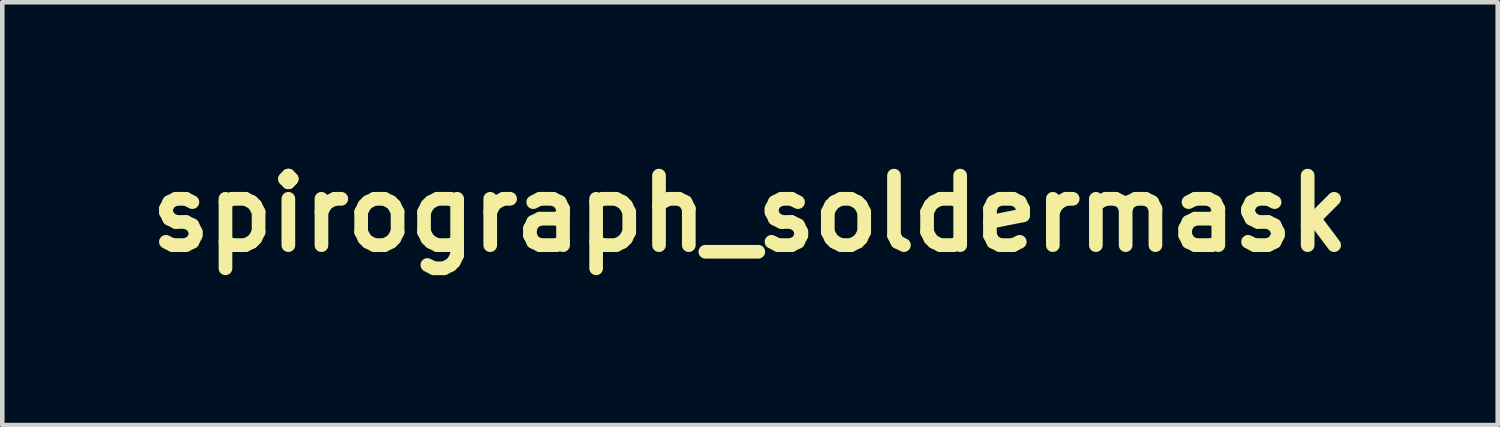
<source format=kicad_pcb>
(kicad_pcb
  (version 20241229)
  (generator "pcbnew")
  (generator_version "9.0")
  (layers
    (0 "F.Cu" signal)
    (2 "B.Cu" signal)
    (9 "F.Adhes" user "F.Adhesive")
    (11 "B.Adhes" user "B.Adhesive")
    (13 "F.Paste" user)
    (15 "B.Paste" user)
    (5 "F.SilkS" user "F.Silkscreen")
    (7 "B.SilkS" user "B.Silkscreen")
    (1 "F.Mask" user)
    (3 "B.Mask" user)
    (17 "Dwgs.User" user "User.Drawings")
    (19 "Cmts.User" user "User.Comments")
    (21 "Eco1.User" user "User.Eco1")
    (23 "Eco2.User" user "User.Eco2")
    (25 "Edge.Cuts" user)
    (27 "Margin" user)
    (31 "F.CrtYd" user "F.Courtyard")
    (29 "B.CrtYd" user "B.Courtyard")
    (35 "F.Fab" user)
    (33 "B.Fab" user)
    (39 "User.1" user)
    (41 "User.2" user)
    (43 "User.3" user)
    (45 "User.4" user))
  (footprint "spirograph_soldermask"
    (layer "F.Cu")
    (at 13.397 1.636)
    (property "Reference" "spirograph_soldermask" (at 0 0 0) (layer "F.SilkS") (effects (font (size 1.524 1.524) (thickness 0.3))))
    (attr through_hole)
    (fp_poly (pts (xy 0.046 -1.63) (xy 0.109 -1.625) (xy 0.172 -1.616) (xy 0.233 -1.603) (xy 0.266 -1.595) (xy 0.325 -1.576) (xy 0.383 -1.553) (xy 0.44 -1.527) (xy 0.495 -1.497) (xy 0.548 -1.464) (xy 0.582 -1.44) (xy 0.591 -1.435) (xy 0.598 -1.432) (xy 0.606 -1.43) (xy 0.607 -1.43) (xy 0.613 -1.429) (xy 0.623 -1.427) (xy 0.634 -1.425) (xy 0.647 -1.423) (xy 0.651 -1.422) (xy 0.712 -1.408) (xy 0.773 -1.39) (xy 0.832 -1.368) (xy 0.89 -1.342) (xy 0.945 -1.313) (xy 0.979 -1.293) (xy 0.987 -1.288) (xy 0.993 -1.284) (xy 0.997 -1.282) (xy 0.999 -1.282) (xy 1 -1.281) (xy 1 -1.281) (xy 1.002 -1.28) (xy 1.006 -1.276) (xy 1.012 -1.271) (xy 1.021 -1.265) (xy 1.026 -1.261) (xy 1.078 -1.221) (xy 1.127 -1.178) (xy 1.173 -1.133) (xy 1.216 -1.085) (xy 1.255 -1.034) (xy 1.28 -0.999) (xy 1.313 -0.945) (xy 1.342 -0.889) (xy 1.368 -0.831) (xy 1.391 -0.77) (xy 1.409 -0.708) (xy 1.41 -0.707) (xy 1.413 -0.694) (xy 1.416 -0.679) (xy 1.42 -0.663) (xy 1.423 -0.647) (xy 1.426 -0.632) (xy 1.428 -0.618) (xy 1.43 -0.608) (xy 1.43 -0.607) (xy 1.431 -0.599) (xy 1.434 -0.592) (xy 1.439 -0.585) (xy 1.441 -0.582) (xy 1.472 -0.536) (xy 1.502 -0.487) (xy 1.529 -0.436) (xy 1.553 -0.384) (xy 1.574 -0.331) (xy 1.583 -0.305) (xy 1.601 -0.244) (xy 1.614 -0.182) (xy 1.624 -0.119) (xy 1.63 -0.056) (xy 1.631 0.008) (xy 1.628 0.072) (xy 1.622 0.135) (xy 1.612 0.194) (xy 1.597 0.255) (xy 1.579 0.316) (xy 1.557 0.376) (xy 1.53 0.433) (xy 1.501 0.489) (xy 1.468 0.543) (xy 1.441 0.582) (xy 1.435 0.59) (xy 1.432 0.597) (xy 1.43 0.604) (xy 1.43 0.607) (xy 1.429 0.613) (xy 1.427 0.623) (xy 1.425 0.634) (xy 1.423 0.647) (xy 1.422 0.651) (xy 1.408 0.713) (xy 1.39 0.774) (xy 1.367 0.833) (xy 1.341 0.891) (xy 1.311 0.947) (xy 1.278 1.002) (xy 1.241 1.054) (xy 1.221 1.079) (xy 1.212 1.09) (xy 1.204 1.099) (xy 1.196 1.108) (xy 1.188 1.117) (xy 1.179 1.127) (xy 1.168 1.138) (xy 1.16 1.146) (xy 1.134 1.172) (xy 1.109 1.195) (xy 1.085 1.216) (xy 1.058 1.237) (xy 1.03 1.258) (xy 1.026 1.261) (xy 1.017 1.268) (xy 1.009 1.273) (xy 1.004 1.278) (xy 1.001 1.28) (xy 1 1.281) (xy 1 1.282) (xy 0.999 1.282) (xy 0.996 1.283) (xy 0.99 1.286) (xy 0.983 1.29) (xy 0.979 1.293) (xy 0.925 1.324) (xy 0.868 1.352) (xy 0.81 1.376) (xy 0.75 1.397) (xy 0.689 1.414) (xy 0.651 1.422) (xy 0.639 1.425) (xy 0.627 1.427) (xy 0.616 1.428) (xy 0.609 1.43) (xy 0.607 1.43) (xy 0.599 1.431) (xy 0.591 1.434) (xy 0.583 1.44) (xy 0.582 1.44) (xy 0.534 1.473) (xy 0.483 1.504) (xy 0.43 1.532) (xy 0.376 1.557) (xy 0.321 1.578) (xy 0.316 1.579) (xy 0.255 1.598) (xy 0.193 1.612) (xy 0.129 1.623) (xy 0.065 1.629) (xy 0.001 1.631) (xy -0.056 1.63) (xy -0.12 1.624) (xy -0.183 1.614) (xy -0.245 1.6) (xy -0.306 1.582) (xy -0.366 1.561) (xy -0.424 1.535) (xy -0.481 1.506) (xy -0.535 1.473) (xy -0.582 1.44) (xy -0.583 1.44) (xy -0.403 1.44) (xy -0.386 1.448) (xy -0.361 1.46) (xy -0.332 1.472) (xy -0.302 1.484) (xy -0.271 1.494) (xy -0.24 1.504) (xy -0.217 1.51) (xy -0.197 1.515) (xy -0.177 1.519) (xy -0.158 1.523) (xy -0.138 1.526) (xy -0.116 1.529) (xy -0.092 1.532) (xy -0.064 1.535) (xy -0.058 1.535) (xy -0.051 1.536) (xy -0.039 1.536) (xy -0.026 1.536) (xy -0.01 1.536) (xy 0.008 1.536) (xy 0.026 1.535) (xy 0.043 1.535) (xy 0.06 1.534) (xy 0.075 1.533) (xy 0.088 1.533) (xy 0.098 1.532) (xy 0.099 1.532) (xy 0.15 1.524) (xy 0.2 1.514) (xy 0.249 1.501) (xy 0.297 1.486) (xy 0.342 1.469) (xy 0.384 1.45) (xy 0.386 1.448) (xy 0.403 1.44) (xy 0.384 1.438) (xy 0.321 1.431) (xy 0.257 1.42) (xy 0.195 1.405) (xy 0.134 1.386) (xy 0.075 1.363) (xy 0.029 1.342) (xy 0 1.328) (xy -0.029 1.342) (xy -0.087 1.368) (xy -0.147 1.39) (xy -0.208 1.408) (xy -0.27 1.423) (xy -0.333 1.433) (xy -0.384 1.438) (xy -0.403 1.44) (xy -0.583 1.44) (xy -0.591 1.435) (xy -0.598 1.432) (xy -0.606 1.43) (xy -0.607 1.43) (xy -0.613 1.429) (xy -0.623 1.427) (xy -0.634 1.425) (xy -0.647 1.423) (xy -0.651 1.422) (xy -0.712 1.408) (xy -0.773 1.39) (xy -0.832 1.368) (xy -0.89 1.342) (xy -0.945 1.313) (xy -0.979 1.293) (xy -0.987 1.288) (xy -0.993 1.284) (xy -0.997 1.282) (xy -0.999 1.282) (xy -1 1.281) (xy -1 1.281) (xy -1.002 1.28) (xy -1.006 1.276) (xy -1.012 1.271) (xy -1.021 1.265) (xy -1.026 1.261) (xy -1.078 1.221) (xy -1.127 1.178) (xy -1.173 1.133) (xy -1.216 1.085) (xy -1.255 1.034) (xy -1.28 0.999) (xy -1.313 0.945) (xy -1.342 0.889) (xy -1.368 0.831) (xy -1.391 0.77) (xy -1.401 0.735) (xy -1.303 0.735) (xy -1.303 0.736) (xy -1.302 0.739) (xy -1.299 0.746) (xy -1.296 0.754) (xy -1.294 0.76) (xy -1.273 0.815) (xy -1.248 0.867) (xy -1.219 0.918) (xy -1.187 0.967) (xy -1.151 1.014) (xy -1.113 1.059) (xy -1.072 1.101) (xy -1.028 1.14) (xy -0.981 1.177) (xy -0.932 1.21) (xy -0.881 1.24) (xy -0.828 1.267) (xy -0.797 1.28) (xy -0.789 1.283) (xy -0.779 1.287) (xy -0.768 1.291) (xy -0.758 1.295) (xy -0.748 1.299) (xy -0.74 1.301) (xy -0.735 1.303) (xy -0.733 1.304) (xy -0.734 1.302) (xy -0.737 1.298) (xy -0.742 1.292) (xy -0.748 1.285) (xy -0.749 1.284) (xy -0.788 1.235) (xy -0.824 1.184) (xy -0.856 1.131) (xy -0.885 1.075) (xy -0.911 1.017) (xy -0.926 0.977) (xy -0.93 0.967) (xy -0.93 0.966) (xy -0.829 0.966) (xy -0.829 0.968) (xy -0.827 0.973) (xy -0.823 0.981) (xy -0.819 0.991) (xy -0.815 1.002) (xy -0.809 1.013) (xy -0.804 1.024) (xy -0.799 1.035) (xy -0.795 1.044) (xy -0.788 1.058) (xy -0.781 1.072) (xy -0.774 1.085) (xy -0.767 1.096) (xy -0.761 1.106) (xy -0.756 1.113) (xy -0.753 1.117) (xy -0.751 1.118) (xy -0.75 1.118) (xy -0.75 1.119) (xy -0.75 1.122) (xy -0.747 1.128) (xy -0.742 1.136) (xy -0.735 1.146) (xy -0.727 1.158) (xy -0.718 1.171) (xy -0.708 1.184) (xy -0.697 1.198) (xy -0.686 1.212) (xy -0.676 1.225) (xy -0.67 1.231) (xy -0.661 1.241) (xy -0.649 1.254) (xy -0.636 1.267) (xy -0.622 1.281) (xy -0.608 1.295) (xy -0.595 1.308) (xy -0.583 1.319) (xy -0.572 1.328) (xy -0.57 1.33) (xy -0.555 1.342) (xy -0.534 1.344) (xy -0.522 1.345) (xy -0.507 1.345) (xy -0.489 1.346) (xy -0.47 1.346) (xy -0.451 1.346) (xy -0.432 1.346) (xy -0.415 1.345) (xy -0.399 1.345) (xy -0.388 1.344) (xy -0.327 1.337) (xy -0.266 1.325) (xy -0.206 1.31) (xy -0.148 1.29) (xy -0.127 1.282) (xy -0.117 1.278) (xy -0.109 1.275) (xy -0.102 1.272) (xy -0.099 1.27) (xy -0.099 1.27) (xy -0.099 1.27) (xy 0.099 1.27) (xy 0.099 1.27) (xy 0.102 1.272) (xy 0.108 1.275) (xy 0.117 1.278) (xy 0.127 1.282) (xy 0.139 1.287) (xy 0.151 1.292) (xy 0.163 1.296) (xy 0.175 1.3) (xy 0.179 1.301) (xy 0.227 1.316) (xy 0.277 1.328) (xy 0.327 1.337) (xy 0.377 1.343) (xy 0.385 1.344) (xy 0.397 1.345) (xy 0.412 1.345) (xy 0.43 1.346) (xy 0.448 1.346) (xy 0.468 1.346) (xy 0.486 1.346) (xy 0.504 1.345) (xy 0.519 1.345) (xy 0.53 1.344) (xy 0.53 1.344) (xy 0.555 1.342) (xy 0.57 1.33) (xy 0.58 1.321) (xy 0.592 1.311) (xy 0.599 1.304) (xy 0.732 1.304) (xy 0.741 1.301) (xy 0.749 1.298) (xy 0.757 1.295) (xy 0.762 1.294) (xy 0.816 1.272) (xy 0.869 1.247) (xy 0.921 1.217) (xy 0.97 1.185) (xy 1.017 1.149) (xy 1.062 1.11) (xy 1.105 1.068) (xy 1.144 1.023) (xy 1.18 0.976) (xy 1.213 0.927) (xy 1.233 0.893) (xy 1.249 0.864) (xy 1.264 0.834) (xy 1.278 0.803) (xy 1.29 0.773) (xy 1.295 0.757) (xy 1.298 0.748) (xy 1.301 0.741) (xy 1.303 0.736) (xy 1.303 0.736) (xy 1.302 0.735) (xy 1.299 0.737) (xy 1.293 0.742) (xy 1.286 0.748) (xy 1.284 0.749) (xy 1.234 0.789) (xy 1.182 0.825) (xy 1.128 0.858) (xy 1.071 0.887) (xy 1.011 0.913) (xy 0.982 0.924) (xy 0.971 0.928) (xy 0.96 0.932) (xy 0.952 0.935) (xy 0.946 0.936) (xy 0.944 0.937) (xy 0.939 0.939) (xy 0.937 0.944) (xy 0.936 0.948) (xy 0.934 0.955) (xy 0.93 0.965) (xy 0.927 0.975) (xy 0.926 0.977) (xy 0.902 1.037) (xy 0.876 1.094) (xy 0.846 1.149) (xy 0.812 1.201) (xy 0.775 1.252) (xy 0.749 1.284) (xy 0.732 1.304) (xy 0.599 1.304) (xy 0.605 1.298) (xy 0.619 1.285) (xy 0.633 1.271) (xy 0.646 1.257) (xy 0.658 1.245) (xy 0.668 1.233) (xy 0.67 1.231) (xy 0.681 1.218) (xy 0.692 1.205) (xy 0.703 1.191) (xy 0.713 1.177) (xy 0.723 1.164) (xy 0.732 1.152) (xy 0.739 1.141) (xy 0.745 1.132) (xy 0.749 1.125) (xy 0.75 1.12) (xy 0.75 1.119) (xy 0.75 1.118) (xy 0.751 1.118) (xy 0.753 1.117) (xy 0.756 1.113) (xy 0.761 1.105) (xy 0.767 1.096) (xy 0.774 1.084) (xy 0.781 1.071) (xy 0.788 1.057) (xy 0.795 1.044) (xy 0.8 1.034) (xy 0.805 1.024) (xy 0.81 1.012) (xy 0.815 1.001) (xy 0.82 0.99) (xy 0.824 0.981) (xy 0.827 0.973) (xy 0.829 0.968) (xy 0.829 0.966) (xy 0.827 0.966) (xy 0.821 0.967) (xy 0.813 0.968) (xy 0.803 0.97) (xy 0.798 0.971) (xy 0.776 0.974) (xy 0.755 0.976) (xy 0.735 0.978) (xy 0.714 0.98) (xy 0.691 0.98) (xy 0.667 0.981) (xy 0.646 0.981) (xy 0.618 0.981) (xy 0.594 0.98) (xy 0.572 0.979) (xy 0.55 0.977) (xy 0.529 0.975) (xy 0.506 0.972) (xy 0.491 0.969) (xy 0.48 0.967) (xy 0.466 0.965) (xy 0.451 0.962) (xy 0.435 0.958) (xy 0.42 0.955) (xy 0.407 0.952) (xy 0.397 0.949) (xy 0.395 0.949) (xy 0.392 0.951) (xy 0.389 0.955) (xy 0.385 0.961) (xy 0.379 0.971) (xy 0.352 1.013) (xy 0.322 1.055) (xy 0.288 1.096) (xy 0.253 1.135) (xy 0.215 1.173) (xy 0.176 1.208) (xy 0.136 1.24) (xy 0.111 1.259) (xy 0.104 1.264) (xy 0.1 1.268) (xy 0.099 1.27) (xy -0.099 1.27) (xy -0.1 1.268) (xy -0.103 1.265) (xy -0.109 1.26) (xy -0.111 1.259) (xy -0.15 1.23) (xy -0.19 1.196) (xy -0.228 1.16) (xy -0.265 1.122) (xy -0.3 1.081) (xy -0.333 1.04) (xy -0.362 0.998) (xy -0.379 0.971) (xy -0.385 0.961) (xy -0.389 0.955) (xy -0.392 0.951) (xy -0.395 0.949) (xy -0.397 0.949) (xy -0.444 0.961) (xy -0.491 0.969) (xy -0.538 0.976) (xy -0.586 0.979) (xy -0.636 0.981) (xy -0.646 0.981) (xy -0.673 0.981) (xy -0.697 0.98) (xy -0.719 0.979) (xy -0.74 0.978) (xy -0.76 0.976) (xy -0.781 0.973) (xy -0.798 0.971) (xy -0.809 0.969) (xy -0.818 0.968) (xy -0.825 0.967) (xy -0.829 0.966) (xy -0.829 0.966) (xy -0.93 0.966) (xy -0.933 0.957) (xy -0.935 0.949) (xy -0.937 0.945) (xy -0.937 0.944) (xy -0.939 0.939) (xy -0.944 0.937) (xy -0.948 0.936) (xy -0.955 0.933) (xy -0.965 0.93) (xy -0.976 0.926) (xy -0.982 0.924) (xy -0.993 0.92) (xy -0.298 0.92) (xy -0.297 0.922) (xy -0.294 0.928) (xy -0.289 0.936) (xy -0.283 0.945) (xy -0.276 0.956) (xy -0.268 0.967) (xy -0.261 0.978) (xy -0.255 0.987) (xy -0.217 1.034) (xy -0.176 1.079) (xy -0.133 1.121) (xy -0.086 1.159) (xy -0.036 1.195) (xy -0.033 1.197) (xy -0.023 1.204) (xy -0.014 1.21) (xy -0.007 1.215) (xy -0.002 1.218) (xy -0.000225 1.219) (xy 0.002 1.218) (xy 0.007 1.215) (xy 0.014 1.21) (xy 0.023 1.204) (xy 0.033 1.197) (xy 0.034 1.197) (xy 0.046 1.188) (xy 0.06 1.179) (xy 0.074 1.169) (xy 0.085 1.16) (xy 0.091 1.156) (xy 0.1 1.148) (xy 0.111 1.139) (xy 0.123 1.129) (xy 0.135 1.118) (xy 0.146 1.108) (xy 0.157 1.098) (xy 0.166 1.09) (xy 0.172 1.083) (xy 0.175 1.08) (xy 0.179 1.076) (xy 0.185 1.07) (xy 0.191 1.063) (xy 0.194 1.059) (xy 0.213 1.039) (xy 0.232 1.015) (xy 0.252 0.99) (xy 0.27 0.965) (xy 0.285 0.943) (xy 0.29 0.935) (xy 0.295 0.928) (xy 0.298 0.922) (xy 0.299 0.92) (xy 0.299 0.92) (xy 0.297 0.919) (xy 0.292 0.916) (xy 0.285 0.913) (xy 0.276 0.909) (xy 0.275 0.908) (xy 0.233 0.89) (xy 0.19 0.868) (xy 0.18 0.862) (xy 0.438 0.862) (xy 0.438 0.862) (xy 0.441 0.864) (xy 0.448 0.865) (xy 0.457 0.867) (xy 0.469 0.87) (xy 0.483 0.872) (xy 0.498 0.874) (xy 0.513 0.877) (xy 0.529 0.879) (xy 0.543 0.881) (xy 0.557 0.883) (xy 0.568 0.884) (xy 0.572 0.885) (xy 0.583 0.885) (xy 0.597 0.886) (xy 0.614 0.886) (xy 0.633 0.886) (xy 0.652 0.887) (xy 0.671 0.886) (xy 0.689 0.886) (xy 0.705 0.886) (xy 0.718 0.885) (xy 0.723 0.885) (xy 0.738 0.883) (xy 0.755 0.881) (xy 0.772 0.879) (xy 0.789 0.876) (xy 0.806 0.874) (xy 0.821 0.871) (xy 0.835 0.868) (xy 0.846 0.866) (xy 0.855 0.863) (xy 0.86 0.861) (xy 0.861 0.861) (xy 0.862 0.858) (xy 0.864 0.851) (xy 0.867 0.841) (xy 0.869 0.829) (xy 0.872 0.815) (xy 0.875 0.801) (xy 0.877 0.785) (xy 0.88 0.77) (xy 0.881 0.762) (xy 0.883 0.743) (xy 0.884 0.721) (xy 0.886 0.697) (xy 0.886 0.672) (xy 0.887 0.646) (xy 0.886 0.621) (xy 0.886 0.597) (xy 0.885 0.576) (xy 0.884 0.568) (xy 0.882 0.553) (xy 0.88 0.536) (xy 0.878 0.52) (xy 0.875 0.503) (xy 0.873 0.488) (xy 0.87 0.473) (xy 0.868 0.461) (xy 0.866 0.45) (xy 0.863 0.443) (xy 0.862 0.439) (xy 0.861 0.438) (xy 0.859 0.439) (xy 0.853 0.441) (xy 0.845 0.444) (xy 0.835 0.448) (xy 0.834 0.449) (xy 0.782 0.469) (xy 0.727 0.486) (xy 0.67 0.5) (xy 0.613 0.51) (xy 0.564 0.517) (xy 0.521 0.522) (xy 0.518 0.557) (xy 0.51 0.616) (xy 0.499 0.674) (xy 0.485 0.73) (xy 0.466 0.787) (xy 0.453 0.824) (xy 0.448 0.836) (xy 0.444 0.846) (xy 0.441 0.854) (xy 0.439 0.86) (xy 0.438 0.862) (xy 0.18 0.862) (xy 0.149 0.845) (xy 0.11 0.82) (xy 0.107 0.819) (xy 0.09 0.807) (xy 0.072 0.795) (xy 0.055 0.782) (xy 0.04 0.77) (xy 0.026 0.759) (xy 0.015 0.75) (xy 0.013 0.748) (xy 0.007 0.743) (xy 0.002 0.74) (xy 0 0.739) (xy -0.003 0.74) (xy -0.008 0.744) (xy -0.013 0.748) (xy -0.023 0.757) (xy -0.036 0.767) (xy -0.051 0.779) (xy -0.067 0.791) (xy -0.085 0.803) (xy -0.102 0.815) (xy -0.107 0.819) (xy -0.144 0.842) (xy -0.185 0.865) (xy -0.226 0.886) (xy -0.267 0.905) (xy -0.274 0.908) (xy -0.283 0.912) (xy -0.291 0.915) (xy -0.296 0.918) (xy -0.298 0.92) (xy -0.993 0.92) (xy -1.042 0.9) (xy -1.101 0.872) (xy -1.156 0.841) (xy -1.21 0.807) (xy -1.26 0.769) (xy -1.284 0.749) (xy -1.291 0.743) (xy -1.297 0.738) (xy -1.301 0.736) (xy -1.303 0.735) (xy -1.401 0.735) (xy -1.409 0.708) (xy -1.41 0.707) (xy -1.413 0.694) (xy -1.416 0.679) (xy -1.42 0.663) (xy -1.423 0.647) (xy -1.426 0.632) (xy -1.428 0.618) (xy -1.43 0.608) (xy -1.43 0.607) (xy -1.431 0.599) (xy -1.434 0.592) (xy -1.439 0.585) (xy -1.441 0.582) (xy -1.475 0.532) (xy -1.506 0.48) (xy -1.516 0.46) (xy -1.346 0.46) (xy -1.346 0.481) (xy -1.346 0.5) (xy -1.345 0.517) (xy -1.344 0.53) (xy -1.342 0.555) (xy -1.33 0.57) (xy -1.321 0.58) (xy -1.31 0.592) (xy -1.298 0.606) (xy -1.284 0.62) (xy -1.27 0.634) (xy -1.256 0.647) (xy -1.243 0.659) (xy -1.232 0.669) (xy -1.184 0.708) (xy -1.135 0.743) (xy -1.085 0.773) (xy -1.045 0.794) (xy -1.036 0.799) (xy -1.026 0.804) (xy -1.014 0.809) (xy -1.003 0.814) (xy -0.992 0.819) (xy -0.982 0.823) (xy -0.974 0.826) (xy -0.968 0.828) (xy -0.966 0.829) (xy -0.966 0.829) (xy -0.966 0.827) (xy -0.967 0.822) (xy -0.968 0.814) (xy -0.97 0.804) (xy -0.973 0.783) (xy -0.976 0.763) (xy -0.978 0.745) (xy -0.979 0.725) (xy -0.98 0.705) (xy -0.981 0.682) (xy -0.981 0.657) (xy -0.981 0.65) (xy -0.981 0.635) (xy -0.887 0.635) (xy -0.887 0.661) (xy -0.886 0.686) (xy -0.885 0.711) (xy -0.883 0.734) (xy -0.882 0.754) (xy -0.881 0.762) (xy -0.878 0.777) (xy -0.876 0.792) (xy -0.873 0.808) (xy -0.871 0.822) (xy -0.868 0.835) (xy -0.865 0.846) (xy -0.863 0.855) (xy -0.862 0.86) (xy -0.861 0.861) (xy -0.857 0.862) (xy -0.85 0.865) (xy -0.84 0.867) (xy -0.828 0.87) (xy -0.813 0.872) (xy -0.797 0.875) (xy -0.781 0.878) (xy -0.764 0.88) (xy -0.748 0.882) (xy -0.733 0.884) (xy -0.726 0.885) (xy -0.715 0.885) (xy -0.7 0.886) (xy -0.683 0.886) (xy -0.664 0.886) (xy -0.645 0.887) (xy -0.626 0.886) (xy -0.608 0.886) (xy -0.592 0.886) (xy -0.579 0.885) (xy -0.575 0.885) (xy -0.563 0.883) (xy -0.549 0.882) (xy -0.534 0.88) (xy -0.518 0.878) (xy -0.502 0.875) (xy -0.487 0.873) (xy -0.473 0.87) (xy -0.46 0.868) (xy -0.45 0.866) (xy -0.443 0.864) (xy -0.439 0.863) (xy -0.438 0.862) (xy -0.439 0.86) (xy -0.441 0.855) (xy -0.444 0.847) (xy -0.448 0.837) (xy -0.452 0.825) (xy -0.453 0.824) (xy -0.473 0.769) (xy -0.489 0.715) (xy -0.502 0.661) (xy -0.512 0.606) (xy -0.519 0.548) (xy -0.519 0.548) (xy -0.521 0.523) (xy -0.426 0.523) (xy -0.425 0.541) (xy -0.421 0.572) (xy -0.416 0.606) (xy -0.409 0.641) (xy -0.401 0.677) (xy -0.392 0.712) (xy -0.385 0.734) (xy -0.38 0.748) (xy -0.375 0.763) (xy -0.37 0.777) (xy -0.364 0.791) (xy -0.359 0.804) (xy -0.354 0.815) (xy -0.35 0.825) (xy -0.347 0.831) (xy -0.344 0.834) (xy -0.344 0.834) (xy -0.342 0.833) (xy -0.337 0.831) (xy -0.329 0.828) (xy -0.32 0.824) (xy -0.317 0.823) (xy -0.26 0.798) (xy -0.206 0.769) (xy -0.154 0.736) (xy -0.105 0.701) (xy -0.082 0.683) (xy -0.067 0.671) (xy 0.067 0.671) (xy 0.082 0.683) (xy 0.125 0.716) (xy 0.17 0.747) (xy 0.217 0.775) (xy 0.259 0.797) (xy 0.271 0.803) (xy 0.284 0.809) (xy 0.297 0.815) (xy 0.31 0.82) (xy 0.321 0.825) (xy 0.331 0.829) (xy 0.338 0.832) (xy 0.343 0.833) (xy 0.344 0.833) (xy 0.346 0.831) (xy 0.349 0.827) (xy 0.35 0.825) (xy 0.353 0.819) (xy 0.357 0.809) (xy 0.362 0.797) (xy 0.367 0.784) (xy 0.372 0.77) (xy 0.377 0.757) (xy 0.381 0.745) (xy 0.385 0.735) (xy 0.385 0.734) (xy 0.396 0.696) (xy 0.406 0.657) (xy 0.414 0.619) (xy 0.42 0.581) (xy 0.424 0.546) (xy 0.425 0.542) (xy 0.426 0.523) (xy 0.412 0.522) (xy 0.404 0.521) (xy 0.393 0.52) (xy 0.382 0.52) (xy 0.38 0.52) (xy 0.364 0.518) (xy 0.345 0.516) (xy 0.325 0.513) (xy 0.304 0.51) (xy 0.282 0.507) (xy 0.262 0.503) (xy 0.244 0.499) (xy 0.228 0.496) (xy 0.215 0.492) (xy 0.215 0.492) (xy 0.209 0.491) (xy 0.204 0.49) (xy 0.203 0.49) (xy 0.201 0.492) (xy 0.198 0.497) (xy 0.194 0.504) (xy 0.19 0.51) (xy 0.172 0.539) (xy 0.152 0.568) (xy 0.13 0.598) (xy 0.108 0.625) (xy 0.087 0.65) (xy 0.079 0.659) (xy 0.067 0.671) (xy -0.067 0.671) (xy -0.079 0.659) (xy -0.1 0.635) (xy -0.122 0.608) (xy -0.143 0.58) (xy -0.164 0.55) (xy -0.183 0.521) (xy -0.19 0.51) (xy -0.195 0.502) (xy -0.199 0.495) (xy -0.202 0.491) (xy -0.203 0.49) (xy -0.206 0.49) (xy -0.211 0.491) (xy -0.215 0.492) (xy -0.228 0.496) (xy -0.243 0.499) (xy -0.262 0.503) (xy -0.282 0.507) (xy -0.303 0.51) (xy -0.324 0.513) (xy -0.345 0.516) (xy -0.364 0.518) (xy -0.38 0.52) (xy -0.38 0.52) (xy -0.391 0.52) (xy -0.402 0.521) (xy -0.411 0.522) (xy -0.413 0.522) (xy -0.426 0.523) (xy -0.521 0.523) (xy -0.521 0.522) (xy -0.564 0.517) (xy -0.622 0.509) (xy -0.68 0.498) (xy -0.736 0.483) (xy -0.79 0.466) (xy -0.8 0.462) (xy -0.108 0.462) (xy -0.107 0.465) (xy -0.103 0.471) (xy -0.098 0.48) (xy -0.091 0.49) (xy -0.083 0.501) (xy -0.075 0.512) (xy -0.067 0.524) (xy -0.059 0.534) (xy -0.052 0.544) (xy -0.048 0.549) (xy -0.038 0.562) (xy -0.028 0.573) (xy -0.019 0.584) (xy -0.012 0.592) (xy -0.006 0.598) (xy -0.002 0.602) (xy 0 0.603) (xy 0.002 0.602) (xy 0.006 0.598) (xy 0.012 0.592) (xy 0.015 0.588) (xy 0.039 0.56) (xy 0.063 0.529) (xy 0.085 0.499) (xy 0.087 0.495) (xy 0.094 0.485) (xy 0.1 0.476) (xy 0.104 0.469) (xy 0.107 0.464) (xy 0.108 0.462) (xy 0.107 0.46) (xy 0.101 0.457) (xy 0.093 0.453) (xy 0.084 0.449) (xy 0.072 0.444) (xy 0.058 0.437) (xy 0.043 0.431) (xy 0.03 0.425) (xy 0.029 0.424) (xy 0.000061 0.41) (xy -0.03 0.424) (xy -0.043 0.431) (xy -0.057 0.437) (xy -0.071 0.443) (xy -0.083 0.448) (xy -0.085 0.449) (xy -0.095 0.454) (xy -0.103 0.458) (xy -0.108 0.461) (xy -0.108 0.462) (xy -0.8 0.462) (xy -0.834 0.449) (xy -0.843 0.445) (xy -0.852 0.442) (xy -0.858 0.439) (xy -0.861 0.438) (xy -0.861 0.438) (xy -0.863 0.44) (xy -0.864 0.446) (xy -0.867 0.455) (xy -0.869 0.466) (xy -0.871 0.48) (xy -0.874 0.495) (xy -0.877 0.511) (xy -0.879 0.527) (xy -0.881 0.544) (xy -0.883 0.56) (xy -0.884 0.568) (xy -0.885 0.588) (xy -0.886 0.61) (xy -0.887 0.635) (xy -0.981 0.635) (xy -0.981 0.622) (xy -0.98 0.598) (xy -0.979 0.576) (xy -0.978 0.556) (xy -0.976 0.535) (xy -0.973 0.514) (xy -0.969 0.492) (xy -0.968 0.485) (xy -0.965 0.47) (xy -0.962 0.453) (xy -0.958 0.435) (xy -0.957 0.428) (xy -0.428 0.428) (xy -0.418 0.428) (xy -0.411 0.427) (xy -0.402 0.427) (xy -0.391 0.426) (xy -0.383 0.425) (xy -0.362 0.423) (xy -0.339 0.42) (xy -0.316 0.417) (xy -0.294 0.413) (xy -0.283 0.411) (xy -0.273 0.409) (xy -0.264 0.407) (xy -0.257 0.405) (xy -0.255 0.405) (xy -0.25 0.404) (xy -0.248 0.403) (xy -0.248 0.403) (xy 0.248 0.403) (xy 0.249 0.404) (xy 0.254 0.405) (xy 0.255 0.405) (xy 0.259 0.406) (xy 0.267 0.407) (xy 0.277 0.409) (xy 0.287 0.411) (xy 0.31 0.416) (xy 0.335 0.42) (xy 0.359 0.423) (xy 0.382 0.425) (xy 0.402 0.427) (xy 0.414 0.427) (xy 0.428 0.428) (xy 0.427 0.403) (xy 0.425 0.378) (xy 0.422 0.35) (xy 0.418 0.322) (xy 0.413 0.294) (xy 0.411 0.281) (xy 0.408 0.27) (xy 0.406 0.26) (xy 0.405 0.253) (xy 0.404 0.249) (xy 0.403 0.248) (xy 0.401 0.249) (xy 0.396 0.25) (xy 0.388 0.253) (xy 0.377 0.257) (xy 0.365 0.262) (xy 0.363 0.263) (xy 0.349 0.268) (xy 0.336 0.273) (xy 0.325 0.278) (xy 0.315 0.281) (xy 0.308 0.284) (xy 0.308 0.284) (xy 0.3 0.286) (xy 0.294 0.289) (xy 0.291 0.291) (xy 0.291 0.291) (xy 0.289 0.294) (xy 0.287 0.3) (xy 0.284 0.308) (xy 0.283 0.311) (xy 0.28 0.319) (xy 0.276 0.33) (xy 0.271 0.343) (xy 0.266 0.356) (xy 0.262 0.366) (xy 0.258 0.377) (xy 0.254 0.387) (xy 0.25 0.395) (xy 0.248 0.401) (xy 0.248 0.403) (xy -0.248 0.403) (xy -0.248 0.401) (xy -0.25 0.395) (xy -0.254 0.387) (xy -0.258 0.377) (xy -0.262 0.366) (xy -0.267 0.352) (xy -0.272 0.339) (xy -0.277 0.327) (xy -0.279 0.32) (xy -0.179 0.32) (xy -0.178 0.323) (xy -0.178 0.323) (xy -0.175 0.329) (xy -0.172 0.337) (xy -0.168 0.345) (xy -0.165 0.354) (xy -0.161 0.363) (xy -0.158 0.369) (xy -0.156 0.373) (xy -0.155 0.375) (xy -0.153 0.374) (xy -0.148 0.372) (xy -0.141 0.37) (xy -0.138 0.369) (xy -0.128 0.365) (xy -0.118 0.36) (xy -0.109 0.357) (xy -0.109 0.357) (xy -0.102 0.353) (xy -0.099 0.351) (xy -0.099 0.35) (xy 0.099 0.35) (xy 0.099 0.351) (xy 0.103 0.354) (xy 0.109 0.357) (xy 0.116 0.36) (xy 0.124 0.363) (xy 0.133 0.367) (xy 0.142 0.37) (xy 0.149 0.373) (xy 0.153 0.374) (xy 0.155 0.375) (xy 0.156 0.373) (xy 0.159 0.368) (xy 0.162 0.361) (xy 0.166 0.352) (xy 0.171 0.34) (xy 0.175 0.331) (xy 0.177 0.324) (xy 0.178 0.321) (xy 0.179 0.319) (xy 0.178 0.318) (xy 0.177 0.318) (xy 0.176 0.318) (xy 0.173 0.318) (xy 0.166 0.319) (xy 0.157 0.32) (xy 0.154 0.321) (xy 0.144 0.323) (xy 0.136 0.325) (xy 0.129 0.328) (xy 0.121 0.333) (xy 0.112 0.34) (xy 0.11 0.342) (xy 0.105 0.346) (xy 0.1 0.348) (xy 0.099 0.35) (xy -0.099 0.35) (xy -0.099 0.35) (xy -0.1 0.348) (xy -0.105 0.345) (xy -0.11 0.342) (xy -0.12 0.334) (xy -0.128 0.329) (xy -0.135 0.325) (xy -0.142 0.323) (xy -0.151 0.321) (xy -0.154 0.321) (xy -0.164 0.319) (xy -0.172 0.318) (xy -0.176 0.318) (xy -0.178 0.318) (xy -0.179 0.32) (xy -0.279 0.32) (xy -0.281 0.317) (xy -0.283 0.311) (xy -0.285 0.303) (xy -0.288 0.296) (xy -0.29 0.292) (xy -0.291 0.291) (xy -0.294 0.289) (xy -0.3 0.287) (xy -0.307 0.284) (xy -0.308 0.284) (xy -0.315 0.281) (xy -0.324 0.278) (xy -0.336 0.273) (xy -0.349 0.268) (xy -0.362 0.263) (xy -0.363 0.263) (xy -0.375 0.258) (xy -0.385 0.254) (xy -0.394 0.251) (xy -0.4 0.249) (xy -0.403 0.248) (xy -0.403 0.248) (xy -0.404 0.251) (xy -0.405 0.256) (xy -0.407 0.265) (xy -0.409 0.276) (xy -0.412 0.288) (xy -0.414 0.3) (xy -0.416 0.312) (xy -0.418 0.324) (xy -0.419 0.33) (xy -0.421 0.347) (xy -0.423 0.364) (xy -0.425 0.38) (xy -0.426 0.395) (xy -0.427 0.408) (xy -0.428 0.418) (xy -0.428 0.428) (xy -0.957 0.428) (xy -0.955 0.418) (xy -0.951 0.404) (xy -0.949 0.397) (xy -0.949 0.394) (xy -0.951 0.392) (xy -0.956 0.388) (xy -0.963 0.384) (xy -0.964 0.383) (xy -0.99 0.367) (xy -1.018 0.348) (xy -1.025 0.343) (xy -0.832 0.343) (xy -0.832 0.345) (xy -0.831 0.346) (xy -0.828 0.348) (xy -0.821 0.351) (xy -0.812 0.356) (xy -0.801 0.36) (xy -0.788 0.365) (xy -0.775 0.37) (xy -0.762 0.375) (xy -0.749 0.38) (xy -0.743 0.382) (xy -0.702 0.394) (xy -0.662 0.405) (xy -0.621 0.413) (xy -0.578 0.42) (xy -0.549 0.424) (xy -0.543 0.425) (xy -0.535 0.425) (xy -0.533 0.425) (xy -0.523 0.425) (xy -0.522 0.412) (xy -0.521 0.404) (xy -0.52 0.393) (xy -0.52 0.382) (xy -0.52 0.38) (xy -0.518 0.361) (xy -0.515 0.339) (xy -0.512 0.316) (xy -0.508 0.292) (xy -0.504 0.268) (xy -0.5 0.245) (xy -0.495 0.225) (xy -0.492 0.214) (xy -0.489 0.203) (xy -0.499 0.197) (xy -0.53 0.177) (xy -0.561 0.156) (xy -0.564 0.154) (xy -0.375 0.154) (xy -0.373 0.156) (xy -0.368 0.159) (xy -0.367 0.159) (xy -0.361 0.162) (xy -0.353 0.165) (xy -0.344 0.169) (xy -0.339 0.171) (xy -0.33 0.175) (xy -0.323 0.177) (xy -0.319 0.179) (xy -0.318 0.179) (xy -0.318 0.176) (xy -0.318 0.171) (xy -0.319 0.163) (xy -0.319 0.161) (xy -0.321 0.153) (xy -0.322 0.145) (xy -0.323 0.14) (xy -0.323 0.139) (xy -0.325 0.135) (xy -0.328 0.129) (xy -0.333 0.121) (xy -0.338 0.115) (xy -0.344 0.107) (xy -0.348 0.102) (xy -0.35 0.1) (xy -0.352 0.1) (xy -0.353 0.101) (xy -0.353 0.102) (xy -0.355 0.105) (xy -0.358 0.112) (xy -0.361 0.12) (xy -0.365 0.129) (xy -0.369 0.138) (xy -0.372 0.146) (xy -0.374 0.151) (xy -0.375 0.154) (xy -0.375 0.154) (xy -0.564 0.154) (xy -0.591 0.135) (xy -0.62 0.113) (xy -0.645 0.091) (xy -0.659 0.079) (xy -0.671 0.067) (xy -0.683 0.082) (xy -0.72 0.13) (xy -0.754 0.18) (xy -0.784 0.233) (xy -0.811 0.288) (xy -0.82 0.311) (xy -0.826 0.323) (xy -0.829 0.332) (xy -0.831 0.339) (xy -0.832 0.343) (xy -1.025 0.343) (xy -1.046 0.328) (xy -1.074 0.307) (xy -1.099 0.286) (xy -1.123 0.265) (xy -1.124 0.264) (xy -1.145 0.244) (xy -1.166 0.222) (xy -1.187 0.2) (xy -1.207 0.177) (xy -1.226 0.154) (xy -1.244 0.132) (xy -1.259 0.112) (xy -1.266 0.101) (xy -1.269 0.096) (xy -1.273 0.105) (xy -1.296 0.163) (xy -1.314 0.221) (xy -1.329 0.281) (xy -1.339 0.342) (xy -1.344 0.388) (xy -1.345 0.403) (xy -1.346 0.42) (xy -1.346 0.44) (xy -1.346 0.46) (xy -1.516 0.46) (xy -1.534 0.426) (xy -1.559 0.37) (xy -1.58 0.314) (xy -1.597 0.258) (xy -1.612 0.196) (xy -1.622 0.134) (xy -1.629 0.07) (xy -1.631 0.007) (xy -1.536 0.007) (xy -1.535 0.031) (xy -1.535 0.054) (xy -1.534 0.075) (xy -1.532 0.092) (xy -1.532 0.098) (xy -1.522 0.16) (xy -1.509 0.22) (xy -1.492 0.278) (xy -1.472 0.333) (xy -1.452 0.378) (xy -1.44 0.403) (xy -1.439 0.386) (xy -1.438 0.378) (xy -1.437 0.367) (xy -1.435 0.354) (xy -1.434 0.341) (xy -1.433 0.334) (xy -1.424 0.277) (xy -1.411 0.219) (xy -1.395 0.161) (xy -1.375 0.104) (xy -1.352 0.049) (xy -1.34 0.025) (xy -1.328 0) (xy -1.219 0) (xy -1.203 0.024) (xy -1.168 0.075) (xy -1.13 0.122) (xy -1.088 0.167) (xy -1.043 0.209) (xy -1.01 0.237) (xy -0.999 0.245) (xy -0.988 0.253) (xy -0.976 0.262) (xy -0.964 0.271) (xy -0.952 0.279) (xy -0.942 0.286) (xy -0.932 0.292) (xy -0.925 0.296) (xy -0.92 0.299) (xy -0.918 0.299) (xy -0.917 0.296) (xy -0.915 0.291) (xy -0.911 0.283) (xy -0.908 0.275) (xy -0.89 0.233) (xy -0.868 0.191) (xy -0.845 0.149) (xy -0.82 0.109) (xy -0.794 0.071) (xy -0.767 0.035) (xy -0.751 0.017) (xy -0.745 0.01) (xy -0.741 0.005) (xy -0.739 0.001) (xy -0.739 0.000079) (xy -0.739 0) (xy -0.604 0) (xy -0.592 0.012) (xy -0.58 0.022) (xy -0.566 0.034) (xy -0.55 0.047) (xy -0.534 0.059) (xy -0.518 0.071) (xy -0.503 0.082) (xy -0.497 0.085) (xy -0.485 0.094) (xy -0.476 0.1) (xy -0.469 0.104) (xy -0.465 0.107) (xy -0.462 0.108) (xy -0.46 0.109) (xy -0.46 0.109) (xy -0.459 0.108) (xy -0.458 0.106) (xy -0.455 0.1) (xy -0.452 0.093) (xy -0.45 0.087) (xy -0.446 0.078) (xy -0.441 0.066) (xy -0.435 0.053) (xy -0.429 0.04) (xy -0.426 0.033) (xy -0.414 0.008) (xy -0.238 0.008) (xy -0.238 0.025) (xy -0.237 0.041) (xy -0.237 0.043) (xy -0.236 0.056) (xy -0.235 0.069) (xy -0.235 0.08) (xy -0.234 0.088) (xy -0.233 0.093) (xy -0.233 0.093) (xy -0.23 0.098) (xy -0.225 0.106) (xy -0.217 0.116) (xy -0.207 0.127) (xy -0.196 0.14) (xy -0.183 0.153) (xy -0.169 0.167) (xy -0.155 0.182) (xy -0.14 0.195) (xy -0.126 0.208) (xy -0.112 0.22) (xy -0.112 0.221) (xy -0.106 0.225) (xy -0.101 0.229) (xy -0.097 0.231) (xy -0.091 0.233) (xy -0.084 0.234) (xy -0.075 0.235) (xy -0.063 0.236) (xy -0.052 0.237) (xy -0.032 0.238) (xy -0.014 0.239) (xy 0.002 0.239) (xy 0.018 0.238) (xy 0.036 0.238) (xy 0.047 0.237) (xy 0.062 0.236) (xy 0.074 0.235) (xy 0.083 0.234) (xy 0.09 0.233) (xy 0.096 0.232) (xy 0.1 0.229) (xy 0.105 0.226) (xy 0.11 0.222) (xy 0.112 0.221) (xy 0.126 0.209) (xy 0.132 0.203) (xy 0.49 0.203) (xy 0.49 0.206) (xy 0.491 0.211) (xy 0.492 0.215) (xy 0.496 0.228) (xy 0.499 0.243) (xy 0.503 0.262) (xy 0.507 0.282) (xy 0.51 0.303) (xy 0.513 0.324) (xy 0.516 0.345) (xy 0.518 0.364) (xy 0.52 0.38) (xy 0.52 0.38) (xy 0.52 0.391) (xy 0.521 0.402) (xy 0.522 0.411) (xy 0.522 0.412) (xy 0.523 0.426) (xy 0.542 0.425) (xy 0.551 0.424) (xy 0.563 0.422) (xy 0.576 0.421) (xy 0.587 0.419) (xy 0.644 0.409) (xy 0.694 0.397) (xy 0.949 0.397) (xy 0.949 0.397) (xy 0.957 0.43) (xy 0.965 0.465) (xy 0.971 0.502) (xy 0.976 0.54) (xy 0.977 0.55) (xy 0.978 0.566) (xy 0.98 0.584) (xy 0.98 0.605) (xy 0.981 0.627) (xy 0.981 0.65) (xy 0.981 0.673) (xy 0.981 0.694) (xy 0.98 0.714) (xy 0.979 0.731) (xy 0.978 0.739) (xy 0.977 0.75) (xy 0.976 0.762) (xy 0.974 0.776) (xy 0.972 0.789) (xy 0.97 0.801) (xy 0.969 0.812) (xy 0.967 0.82) (xy 0.966 0.826) (xy 0.966 0.826) (xy 0.966 0.828) (xy 0.967 0.829) (xy 0.971 0.827) (xy 0.976 0.825) (xy 0.983 0.823) (xy 0.992 0.819) (xy 1.002 0.814) (xy 1.012 0.81) (xy 1.063 0.785) (xy 1.113 0.757) (xy 1.163 0.724) (xy 1.211 0.687) (xy 1.232 0.669) (xy 1.243 0.659) (xy 1.256 0.647) (xy 1.27 0.634) (xy 1.284 0.62) (xy 1.298 0.605) (xy 1.31 0.592) (xy 1.321 0.58) (xy 1.33 0.57) (xy 1.342 0.555) (xy 1.344 0.53) (xy 1.345 0.516) (xy 1.346 0.499) (xy 1.346 0.479) (xy 1.346 0.459) (xy 1.346 0.438) (xy 1.346 0.419) (xy 1.345 0.402) (xy 1.344 0.388) (xy 1.337 0.327) (xy 1.325 0.266) (xy 1.31 0.207) (xy 1.291 0.148) (xy 1.273 0.105) (xy 1.269 0.096) (xy 1.266 0.102) (xy 1.254 0.119) (xy 1.239 0.139) (xy 1.222 0.16) (xy 1.203 0.182) (xy 1.183 0.204) (xy 1.163 0.226) (xy 1.142 0.246) (xy 1.124 0.264) (xy 1.101 0.284) (xy 1.075 0.306) (xy 1.048 0.327) (xy 1.02 0.347) (xy 0.992 0.366) (xy 0.966 0.382) (xy 0.964 0.383) (xy 0.956 0.388) (xy 0.952 0.391) (xy 0.95 0.394) (xy 0.949 0.397) (xy 0.694 0.397) (xy 0.7 0.395) (xy 0.743 0.382) (xy 0.755 0.378) (xy 0.768 0.373) (xy 0.781 0.368) (xy 0.794 0.363) (xy 0.806 0.358) (xy 0.817 0.354) (xy 0.825 0.35) (xy 0.83 0.347) (xy 0.831 0.346) (xy 0.832 0.345) (xy 0.832 0.341) (xy 0.83 0.336) (xy 0.828 0.329) (xy 0.823 0.318) (xy 0.82 0.311) (xy 0.795 0.254) (xy 0.766 0.201) (xy 0.734 0.15) (xy 0.698 0.101) (xy 0.683 0.082) (xy 0.671 0.067) (xy 0.659 0.079) (xy 0.636 0.099) (xy 0.61 0.121) (xy 0.582 0.142) (xy 0.553 0.162) (xy 0.524 0.181) (xy 0.51 0.19) (xy 0.502 0.195) (xy 0.495 0.199) (xy 0.491 0.202) (xy 0.49 0.203) (xy 0.132 0.203) (xy 0.14 0.195) (xy 0.155 0.182) (xy 0.16 0.176) (xy 0.318 0.176) (xy 0.318 0.178) (xy 0.318 0.179) (xy 0.32 0.179) (xy 0.323 0.178) (xy 0.328 0.176) (xy 0.336 0.172) (xy 0.347 0.168) (xy 0.352 0.166) (xy 0.361 0.162) (xy 0.368 0.158) (xy 0.373 0.156) (xy 0.375 0.154) (xy 0.374 0.152) (xy 0.372 0.146) (xy 0.369 0.139) (xy 0.365 0.13) (xy 0.362 0.121) (xy 0.358 0.113) (xy 0.356 0.106) (xy 0.354 0.102) (xy 0.353 0.102) (xy 0.352 0.1) (xy 0.351 0.1) (xy 0.348 0.102) (xy 0.345 0.106) (xy 0.339 0.114) (xy 0.334 0.121) (xy 0.329 0.127) (xy 0.326 0.132) (xy 0.325 0.133) (xy 0.324 0.136) (xy 0.323 0.142) (xy 0.321 0.15) (xy 0.32 0.159) (xy 0.319 0.167) (xy 0.318 0.173) (xy 0.318 0.176) (xy 0.16 0.176) (xy 0.169 0.168) (xy 0.183 0.154) (xy 0.196 0.14) (xy 0.207 0.127) (xy 0.217 0.116) (xy 0.225 0.106) (xy 0.23 0.099) (xy 0.233 0.093) (xy 0.233 0.093) (xy 0.234 0.086) (xy 0.235 0.075) (xy 0.236 0.061) (xy 0.237 0.045) (xy 0.238 0.028) (xy 0.238 0.01) (xy 0.238 0.000016) (xy 0.41 0.000016) (xy 0.425 0.031) (xy 0.435 0.053) (xy 0.445 0.074) (xy 0.453 0.094) (xy 0.457 0.105) (xy 0.46 0.109) (xy 0.462 0.109) (xy 0.465 0.107) (xy 0.47 0.104) (xy 0.478 0.099) (xy 0.487 0.092) (xy 0.494 0.088) (xy 0.51 0.077) (xy 0.527 0.064) (xy 0.545 0.051) (xy 0.561 0.038) (xy 0.577 0.025) (xy 0.589 0.014) (xy 0.592 0.012) (xy 0.604 0.000001) (xy 0.739 0.000001) (xy 0.74 0.003) (xy 0.744 0.007) (xy 0.749 0.014) (xy 0.752 0.018) (xy 0.777 0.048) (xy 0.802 0.082) (xy 0.826 0.118) (xy 0.849 0.157) (xy 0.871 0.196) (xy 0.891 0.236) (xy 0.909 0.276) (xy 0.917 0.296) (xy 0.919 0.301) (xy 0.928 0.295) (xy 0.933 0.291) (xy 0.941 0.286) (xy 0.95 0.28) (xy 0.956 0.277) (xy 1 0.245) (xy 1.043 0.209) (xy 1.084 0.171) (xy 1.123 0.129) (xy 1.16 0.086) (xy 1.193 0.04) (xy 1.203 0.024) (xy 1.219 0) (xy 1.328 0) (xy 1.34 0.025) (xy 1.366 0.081) (xy 1.388 0.139) (xy 1.406 0.199) (xy 1.421 0.26) (xy 1.432 0.322) (xy 1.438 0.384) (xy 1.44 0.403) (xy 1.448 0.386) (xy 1.453 0.377) (xy 1.458 0.366) (xy 1.464 0.354) (xy 1.467 0.345) (xy 1.48 0.313) (xy 1.492 0.277) (xy 1.504 0.24) (xy 1.513 0.203) (xy 1.521 0.167) (xy 1.523 0.159) (xy 1.526 0.138) (xy 1.529 0.118) (xy 1.532 0.1) (xy 1.533 0.082) (xy 1.534 0.063) (xy 1.535 0.042) (xy 1.535 0.018) (xy 1.536 0) (xy 1.535 -0.026) (xy 1.535 -0.049) (xy 1.534 -0.069) (xy 1.533 -0.088) (xy 1.531 -0.106) (xy 1.528 -0.124) (xy 1.525 -0.144) (xy 1.523 -0.159) (xy 1.514 -0.199) (xy 1.504 -0.24) (xy 1.491 -0.281) (xy 1.477 -0.32) (xy 1.462 -0.357) (xy 1.448 -0.386) (xy 1.44 -0.403) (xy 1.438 -0.384) (xy 1.431 -0.322) (xy 1.421 -0.26) (xy 1.406 -0.198) (xy 1.387 -0.138) (xy 1.365 -0.08) (xy 1.34 -0.025) (xy 1.328 0) (xy 1.219 0) (xy 1.203 -0.024) (xy 1.168 -0.075) (xy 1.13 -0.122) (xy 1.088 -0.167) (xy 1.043 -0.209) (xy 1.01 -0.237) (xy 0.999 -0.245) (xy 0.988 -0.253) (xy 0.976 -0.262) (xy 0.964 -0.271) (xy 0.952 -0.279) (xy 0.942 -0.286) (xy 0.932 -0.292) (xy 0.925 -0.296) (xy 0.92 -0.299) (xy 0.918 -0.299) (xy 0.917 -0.296) (xy 0.915 -0.291) (xy 0.912 -0.283) (xy 0.909 -0.277) (xy 0.893 -0.241) (xy 0.875 -0.204) (xy 0.855 -0.166) (xy 0.833 -0.129) (xy 0.81 -0.094) (xy 0.786 -0.061) (xy 0.763 -0.031) (xy 0.752 -0.018) (xy 0.746 -0.011) (xy 0.742 -0.005) (xy 0.739 -0.001) (xy 0.739 0.000001) (xy 0.604 0.000001) (xy 0.604 0) (xy 0.592 -0.012) (xy 0.58 -0.023) (xy 0.565 -0.035) (xy 0.549 -0.048) (xy 0.531 -0.061) (xy 0.514 -0.074) (xy 0.498 -0.085) (xy 0.494 -0.088) (xy 0.484 -0.094) (xy 0.475 -0.1) (xy 0.468 -0.105) (xy 0.463 -0.108) (xy 0.462 -0.108) (xy 0.46 -0.107) (xy 0.457 -0.102) (xy 0.453 -0.094) (xy 0.449 -0.085) (xy 0.444 -0.073) (xy 0.438 -0.06) (xy 0.432 -0.046) (xy 0.426 -0.033) (xy 0.424 -0.03) (xy 0.41 0.000016) (xy 0.238 0.000016) (xy 0.238 -0.008) (xy 0.238 -0.025) (xy 0.237 -0.041) (xy 0.237 -0.043) (xy 0.236 -0.056) (xy 0.235 -0.069) (xy 0.235 -0.08) (xy 0.234 -0.088) (xy 0.233 -0.093) (xy 0.233 -0.093) (xy 0.23 -0.098) (xy 0.225 -0.106) (xy 0.217 -0.116) (xy 0.207 -0.127) (xy 0.196 -0.139) (xy 0.184 -0.152) (xy 0.171 -0.166) (xy 0.16 -0.177) (xy 0.318 -0.177) (xy 0.318 -0.173) (xy 0.319 -0.166) (xy 0.32 -0.156) (xy 0.321 -0.154) (xy 0.323 -0.143) (xy 0.325 -0.135) (xy 0.328 -0.129) (xy 0.331 -0.125) (xy 0.336 -0.118) (xy 0.342 -0.11) (xy 0.344 -0.107) (xy 0.348 -0.102) (xy 0.351 -0.099) (xy 0.352 -0.099) (xy 0.353 -0.102) (xy 0.356 -0.107) (xy 0.359 -0.115) (xy 0.363 -0.125) (xy 0.364 -0.127) (xy 0.368 -0.137) (xy 0.371 -0.145) (xy 0.374 -0.151) (xy 0.375 -0.154) (xy 0.375 -0.154) (xy 0.373 -0.156) (xy 0.368 -0.158) (xy 0.361 -0.162) (xy 0.352 -0.166) (xy 0.342 -0.17) (xy 0.333 -0.174) (xy 0.324 -0.177) (xy 0.323 -0.178) (xy 0.32 -0.179) (xy 0.319 -0.179) (xy 0.318 -0.177) (xy 0.16 -0.177) (xy 0.157 -0.179) (xy 0.144 -0.192) (xy 0.132 -0.203) (xy 0.131 -0.204) (xy 0.49 -0.204) (xy 0.49 -0.203) (xy 0.492 -0.201) (xy 0.497 -0.198) (xy 0.504 -0.194) (xy 0.51 -0.19) (xy 0.546 -0.167) (xy 0.581 -0.142) (xy 0.587 -0.138) (xy 0.597 -0.131) (xy 0.607 -0.122) (xy 0.619 -0.113) (xy 0.63 -0.104) (xy 0.641 -0.094) (xy 0.651 -0.086) (xy 0.658 -0.079) (xy 0.664 -0.074) (xy 0.664 -0.073) (xy 0.668 -0.07) (xy 0.671 -0.069) (xy 0.671 -0.069) (xy 0.673 -0.071) (xy 0.677 -0.076) (xy 0.683 -0.082) (xy 0.689 -0.09) (xy 0.69 -0.091) (xy 0.721 -0.132) (xy 0.749 -0.173) (xy 0.775 -0.216) (xy 0.797 -0.259) (xy 0.818 -0.306) (xy 0.82 -0.311) (xy 0.826 -0.323) (xy 0.829 -0.332) (xy 0.831 -0.339) (xy 0.832 -0.343) (xy 0.832 -0.345) (xy 0.831 -0.346) (xy 0.828 -0.348) (xy 0.821 -0.351) (xy 0.812 -0.356) (xy 0.801 -0.36) (xy 0.788 -0.365) (xy 0.775 -0.37) (xy 0.762 -0.375) (xy 0.749 -0.38) (xy 0.743 -0.382) (xy 0.707 -0.393) (xy 0.692 -0.397) (xy 0.949 -0.397) (xy 0.949 -0.394) (xy 0.951 -0.392) (xy 0.956 -0.388) (xy 0.963 -0.384) (xy 0.964 -0.383) (xy 0.99 -0.367) (xy 1.018 -0.348) (xy 1.046 -0.328) (xy 1.074 -0.307) (xy 1.099 -0.286) (xy 1.123 -0.265) (xy 1.124 -0.264) (xy 1.148 -0.241) (xy 1.172 -0.216) (xy 1.195 -0.191) (xy 1.217 -0.166) (xy 1.237 -0.141) (xy 1.254 -0.118) (xy 1.258 -0.113) (xy 1.263 -0.106) (xy 1.267 -0.101) (xy 1.269 -0.099) (xy 1.27 -0.099) (xy 1.272 -0.102) (xy 1.274 -0.107) (xy 1.277 -0.114) (xy 1.277 -0.114) (xy 1.297 -0.166) (xy 1.314 -0.22) (xy 1.327 -0.276) (xy 1.338 -0.333) (xy 1.344 -0.388) (xy 1.345 -0.403) (xy 1.346 -0.42) (xy 1.346 -0.44) (xy 1.346 -0.46) (xy 1.346 -0.481) (xy 1.346 -0.5) (xy 1.345 -0.517) (xy 1.344 -0.53) (xy 1.342 -0.555) (xy 1.33 -0.57) (xy 1.321 -0.58) (xy 1.31 -0.592) (xy 1.298 -0.606) (xy 1.284 -0.62) (xy 1.27 -0.634) (xy 1.256 -0.647) (xy 1.243 -0.659) (xy 1.232 -0.669) (xy 1.184 -0.708) (xy 1.135 -0.743) (xy 1.085 -0.773) (xy 1.045 -0.794) (xy 1.036 -0.799) (xy 1.026 -0.804) (xy 1.014 -0.809) (xy 1.003 -0.814) (xy 0.992 -0.819) (xy 0.982 -0.823) (xy 0.974 -0.826) (xy 0.968 -0.828) (xy 0.966 -0.829) (xy 0.966 -0.829) (xy 0.966 -0.827) (xy 0.967 -0.822) (xy 0.968 -0.814) (xy 0.97 -0.804) (xy 0.973 -0.783) (xy 0.976 -0.763) (xy 0.978 -0.745) (xy 0.979 -0.725) (xy 0.98 -0.705) (xy 0.981 -0.682) (xy 0.981 -0.657) (xy 0.981 -0.65) (xy 0.981 -0.622) (xy 0.98 -0.598) (xy 0.979 -0.576) (xy 0.978 -0.556) (xy 0.976 -0.535) (xy 0.973 -0.514) (xy 0.969 -0.492) (xy 0.968 -0.485) (xy 0.965 -0.47) (xy 0.962 -0.453) (xy 0.958 -0.435) (xy 0.955 -0.418) (xy 0.951 -0.404) (xy 0.949 -0.397) (xy 0.692 -0.397) (xy 0.669 -0.403) (xy 0.632 -0.411) (xy 0.596 -0.418) (xy 0.561 -0.423) (xy 0.542 -0.425) (xy 0.523 -0.426) (xy 0.522 -0.413) (xy 0.521 -0.404) (xy 0.52 -0.393) (xy 0.52 -0.382) (xy 0.52 -0.38) (xy 0.518 -0.364) (xy 0.516 -0.345) (xy 0.513 -0.325) (xy 0.51 -0.304) (xy 0.507 -0.282) (xy 0.503 -0.262) (xy 0.499 -0.244) (xy 0.496 -0.228) (xy 0.492 -0.215) (xy 0.492 -0.215) (xy 0.491 -0.209) (xy 0.49 -0.204) (xy 0.131 -0.204) (xy 0.12 -0.214) (xy 0.11 -0.222) (xy 0.101 -0.228) (xy 0.095 -0.232) (xy 0.093 -0.233) (xy 0.086 -0.234) (xy 0.076 -0.235) (xy 0.062 -0.236) (xy 0.047 -0.237) (xy 0.03 -0.238) (xy 0.012 -0.238) (xy -0.005 -0.238) (xy -0.023 -0.238) (xy -0.039 -0.237) (xy -0.043 -0.237) (xy -0.057 -0.236) (xy -0.069 -0.235) (xy -0.08 -0.234) (xy -0.088 -0.234) (xy -0.093 -0.233) (xy -0.093 -0.233) (xy -0.099 -0.23) (xy -0.107 -0.225) (xy -0.116 -0.217) (xy -0.127 -0.207) (xy -0.14 -0.196) (xy -0.153 -0.183) (xy -0.166 -0.17) (xy -0.179 -0.157) (xy -0.192 -0.144) (xy -0.204 -0.131) (xy -0.214 -0.12) (xy -0.222 -0.109) (xy -0.229 -0.101) (xy -0.232 -0.095) (xy -0.233 -0.093) (xy -0.234 -0.086) (xy -0.235 -0.075) (xy -0.236 -0.061) (xy -0.237 -0.045) (xy -0.238 -0.028) (xy -0.238 -0.01) (xy -0.238 0.008) (xy -0.414 0.008) (xy -0.41 -0.000022) (xy -0.425 -0.031) (xy -0.435 -0.053) (xy -0.445 -0.074) (xy -0.453 -0.093) (xy -0.457 -0.105) (xy -0.459 -0.108) (xy -0.461 -0.109) (xy -0.465 -0.107) (xy -0.465 -0.107) (xy -0.486 -0.093) (xy -0.507 -0.079) (xy -0.529 -0.063) (xy -0.549 -0.047) (xy -0.568 -0.032) (xy -0.585 -0.018) (xy -0.592 -0.012) (xy -0.604 0) (xy -0.739 0) (xy -0.74 -0.003) (xy -0.744 -0.007) (xy -0.749 -0.014) (xy -0.752 -0.018) (xy -0.775 -0.046) (xy -0.799 -0.078) (xy -0.822 -0.113) (xy -0.845 -0.149) (xy -0.866 -0.186) (xy -0.885 -0.224) (xy -0.902 -0.261) (xy -0.909 -0.277) (xy -0.913 -0.286) (xy -0.916 -0.293) (xy -0.918 -0.298) (xy -0.918 -0.299) (xy -0.921 -0.298) (xy -0.926 -0.296) (xy -0.933 -0.291) (xy -0.942 -0.285) (xy -0.953 -0.278) (xy -0.964 -0.27) (xy -0.976 -0.262) (xy -0.987 -0.254) (xy -0.998 -0.246) (xy -1.004 -0.242) (xy -1.048 -0.205) (xy -1.091 -0.164) (xy -1.131 -0.121) (xy -1.168 -0.074) (xy -1.202 -0.026) (xy -1.203 -0.024) (xy -1.219 0) (xy -1.328 0) (xy -1.34 -0.025) (xy -1.366 -0.081) (xy -1.388 -0.139) (xy -1.406 -0.199) (xy -1.421 -0.26) (xy -1.432 -0.322) (xy -1.438 -0.384) (xy -1.44 -0.403) (xy -1.448 -0.386) (xy -1.468 -0.344) (xy -1.486 -0.298) (xy -1.501 -0.25) (xy -1.514 -0.2) (xy -1.524 -0.149) (xy -1.532 -0.098) (xy -1.533 -0.082) (xy -1.534 -0.062) (xy -1.535 -0.04) (xy -1.536 -0.017) (xy -1.536 0.007) (xy -1.631 0.007) (xy -1.631 0.007) (xy -1.629 -0.057) (xy -1.624 -0.121) (xy -1.614 -0.184) (xy -1.6 -0.246) (xy -1.597 -0.258) (xy -1.579 -0.316) (xy -1.557 -0.374) (xy -1.532 -0.43) (xy -1.517 -0.459) (xy -1.346 -0.459) (xy -1.346 -0.438) (xy -1.346 -0.419) (xy -1.345 -0.402) (xy -1.344 -0.388) (xy -1.337 -0.327) (xy -1.325 -0.266) (xy -1.31 -0.207) (xy -1.291 -0.148) (xy -1.273 -0.105) (xy -1.269 -0.096) (xy -1.266 -0.102) (xy -1.263 -0.105) (xy -1.259 -0.111) (xy -1.253 -0.119) (xy -1.247 -0.128) (xy -1.246 -0.129) (xy -1.226 -0.155) (xy -1.203 -0.181) (xy -1.179 -0.208) (xy -1.154 -0.235) (xy -1.128 -0.26) (xy -1.124 -0.264) (xy -1.101 -0.284) (xy -1.075 -0.306) (xy -1.048 -0.327) (xy -1.023 -0.345) (xy -0.832 -0.345) (xy -0.832 -0.341) (xy -0.83 -0.336) (xy -0.828 -0.329) (xy -0.823 -0.318) (xy -0.82 -0.311) (xy -0.795 -0.254) (xy -0.766 -0.201) (xy -0.734 -0.15) (xy -0.698 -0.101) (xy -0.683 -0.082) (xy -0.671 -0.067) (xy -0.659 -0.079) (xy -0.652 -0.085) (xy -0.643 -0.093) (xy -0.634 -0.101) (xy -0.628 -0.106) (xy -0.59 -0.136) (xy -0.564 -0.154) (xy -0.375 -0.154) (xy -0.374 -0.152) (xy -0.372 -0.146) (xy -0.369 -0.139) (xy -0.365 -0.13) (xy -0.362 -0.121) (xy -0.358 -0.113) (xy -0.356 -0.106) (xy -0.354 -0.102) (xy -0.353 -0.102) (xy -0.352 -0.1) (xy -0.351 -0.1) (xy -0.348 -0.102) (xy -0.345 -0.106) (xy -0.339 -0.114) (xy -0.334 -0.121) (xy -0.329 -0.127) (xy -0.326 -0.132) (xy -0.325 -0.133) (xy -0.324 -0.136) (xy -0.323 -0.142) (xy -0.321 -0.15) (xy -0.32 -0.159) (xy -0.319 -0.167) (xy -0.318 -0.173) (xy -0.318 -0.176) (xy -0.318 -0.178) (xy -0.318 -0.179) (xy -0.32 -0.179) (xy -0.323 -0.178) (xy -0.328 -0.176) (xy -0.336 -0.172) (xy -0.347 -0.168) (xy -0.352 -0.166) (xy -0.361 -0.162) (xy -0.368 -0.158) (xy -0.373 -0.156) (xy -0.375 -0.154) (xy -0.564 -0.154) (xy -0.551 -0.164) (xy -0.511 -0.189) (xy -0.51 -0.19) (xy -0.502 -0.195) (xy -0.495 -0.199) (xy -0.491 -0.202) (xy -0.49 -0.203) (xy -0.49 -0.206) (xy -0.491 -0.211) (xy -0.492 -0.215) (xy -0.496 -0.228) (xy -0.499 -0.243) (xy -0.503 -0.262) (xy -0.507 -0.282) (xy -0.51 -0.303) (xy -0.513 -0.324) (xy -0.516 -0.345) (xy -0.518 -0.364) (xy -0.52 -0.38) (xy -0.52 -0.38) (xy -0.52 -0.391) (xy -0.521 -0.402) (xy -0.522 -0.411) (xy -0.522 -0.413) (xy -0.523 -0.426) (xy -0.542 -0.425) (xy -0.574 -0.421) (xy -0.61 -0.416) (xy -0.646 -0.408) (xy -0.684 -0.399) (xy -0.721 -0.389) (xy -0.743 -0.382) (xy -0.755 -0.378) (xy -0.768 -0.373) (xy -0.781 -0.368) (xy -0.794 -0.363) (xy -0.806 -0.358) (xy -0.817 -0.354) (xy -0.825 -0.35) (xy -0.83 -0.347) (xy -0.831 -0.346) (xy -0.832 -0.345) (xy -1.023 -0.345) (xy -1.02 -0.347) (xy -0.992 -0.366) (xy -0.966 -0.382) (xy -0.964 -0.383) (xy -0.956 -0.388) (xy -0.952 -0.391) (xy -0.95 -0.394) (xy -0.949 -0.397) (xy -0.949 -0.397) (xy -0.953 -0.41) (xy -0.956 -0.426) (xy -0.957 -0.428) (xy -0.428 -0.428) (xy -0.427 -0.403) (xy -0.425 -0.378) (xy -0.422 -0.352) (xy -0.418 -0.326) (xy -0.416 -0.31) (xy -0.414 -0.297) (xy -0.411 -0.284) (xy -0.409 -0.272) (xy -0.406 -0.262) (xy -0.404 -0.254) (xy -0.403 -0.249) (xy -0.402 -0.248) (xy -0.4 -0.248) (xy -0.394 -0.251) (xy -0.386 -0.254) (xy -0.377 -0.258) (xy -0.373 -0.259) (xy -0.36 -0.264) (xy -0.345 -0.27) (xy -0.331 -0.276) (xy -0.319 -0.28) (xy -0.309 -0.283) (xy -0.301 -0.286) (xy -0.294 -0.289) (xy -0.291 -0.291) (xy -0.291 -0.291) (xy -0.289 -0.294) (xy -0.287 -0.3) (xy -0.284 -0.308) (xy -0.283 -0.311) (xy -0.28 -0.319) (xy -0.279 -0.32) (xy -0.179 -0.32) (xy -0.179 -0.319) (xy -0.177 -0.318) (xy -0.173 -0.318) (xy -0.166 -0.319) (xy -0.156 -0.32) (xy -0.154 -0.321) (xy -0.144 -0.323) (xy -0.136 -0.325) (xy -0.129 -0.328) (xy -0.121 -0.333) (xy -0.112 -0.34) (xy -0.11 -0.342) (xy -0.105 -0.346) (xy -0.1 -0.348) (xy -0.099 -0.35) (xy 0.099 -0.35) (xy 0.1 -0.348) (xy 0.104 -0.346) (xy 0.109 -0.342) (xy 0.116 -0.337) (xy 0.119 -0.335) (xy 0.127 -0.33) (xy 0.134 -0.326) (xy 0.139 -0.323) (xy 0.141 -0.323) (xy 0.147 -0.322) (xy 0.154 -0.32) (xy 0.158 -0.32) (xy 0.165 -0.319) (xy 0.172 -0.318) (xy 0.174 -0.318) (xy 0.18 -0.317) (xy 0.175 -0.329) (xy 0.173 -0.335) (xy 0.17 -0.343) (xy 0.166 -0.352) (xy 0.162 -0.36) (xy 0.159 -0.367) (xy 0.157 -0.372) (xy 0.156 -0.374) (xy 0.153 -0.374) (xy 0.148 -0.372) (xy 0.141 -0.37) (xy 0.132 -0.366) (xy 0.123 -0.363) (xy 0.115 -0.359) (xy 0.109 -0.357) (xy 0.102 -0.353) (xy 0.099 -0.351) (xy 0.099 -0.35) (xy -0.099 -0.35) (xy -0.099 -0.35) (xy -0.099 -0.351) (xy -0.103 -0.354) (xy -0.109 -0.357) (xy -0.117 -0.36) (xy -0.125 -0.364) (xy -0.134 -0.367) (xy -0.143 -0.37) (xy -0.15 -0.373) (xy -0.154 -0.374) (xy -0.155 -0.375) (xy -0.156 -0.373) (xy -0.158 -0.368) (xy -0.162 -0.361) (xy -0.166 -0.352) (xy -0.17 -0.343) (xy -0.174 -0.334) (xy -0.177 -0.325) (xy -0.178 -0.323) (xy -0.179 -0.32) (xy -0.279 -0.32) (xy -0.276 -0.33) (xy -0.271 -0.343) (xy -0.266 -0.356) (xy -0.262 -0.366) (xy -0.258 -0.377) (xy -0.254 -0.387) (xy -0.25 -0.395) (xy -0.248 -0.401) (xy -0.248 -0.403) (xy 0.248 -0.403) (xy 0.248 -0.401) (xy 0.25 -0.395) (xy 0.254 -0.387) (xy 0.258 -0.377) (xy 0.262 -0.366) (xy 0.267 -0.352) (xy 0.272 -0.339) (xy 0.277 -0.327) (xy 0.281 -0.317) (xy 0.283 -0.311) (xy 0.285 -0.303) (xy 0.288 -0.296) (xy 0.29 -0.292) (xy 0.291 -0.291) (xy 0.294 -0.289) (xy 0.3 -0.287) (xy 0.308 -0.284) (xy 0.318 -0.28) (xy 0.319 -0.28) (xy 0.332 -0.275) (xy 0.347 -0.269) (xy 0.361 -0.264) (xy 0.372 -0.259) (xy 0.384 -0.254) (xy 0.393 -0.251) (xy 0.399 -0.249) (xy 0.402 -0.248) (xy 0.404 -0.248) (xy 0.404 -0.249) (xy 0.405 -0.252) (xy 0.406 -0.258) (xy 0.407 -0.266) (xy 0.41 -0.277) (xy 0.411 -0.282) (xy 0.415 -0.308) (xy 0.42 -0.336) (xy 0.423 -0.363) (xy 0.426 -0.389) (xy 0.427 -0.403) (xy 0.428 -0.428) (xy 0.418 -0.428) (xy 0.405 -0.427) (xy 0.39 -0.426) (xy 0.372 -0.424) (xy 0.352 -0.422) (xy 0.333 -0.419) (xy 0.313 -0.416) (xy 0.295 -0.413) (xy 0.283 -0.411) (xy 0.273 -0.409) (xy 0.264 -0.407) (xy 0.257 -0.405) (xy 0.255 -0.405) (xy 0.25 -0.404) (xy 0.248 -0.403) (xy 0.248 -0.403) (xy -0.248 -0.403) (xy -0.249 -0.404) (xy -0.254 -0.405) (xy -0.255 -0.405) (xy -0.26 -0.406) (xy -0.267 -0.408) (xy -0.277 -0.409) (xy -0.283 -0.411) (xy -0.299 -0.414) (xy -0.318 -0.417) (xy -0.338 -0.42) (xy -0.358 -0.423) (xy -0.377 -0.425) (xy -0.394 -0.426) (xy -0.409 -0.427) (xy -0.418 -0.428) (xy -0.428 -0.428) (xy -0.957 -0.428) (xy -0.96 -0.444) (xy -0.964 -0.461) (xy -0.967 -0.477) (xy -0.968 -0.486) (xy -0.972 -0.509) (xy -0.975 -0.53) (xy -0.977 -0.55) (xy -0.979 -0.571) (xy -0.98 -0.592) (xy -0.981 -0.615) (xy -0.981 -0.642) (xy -0.981 -0.646) (xy -0.887 -0.646) (xy -0.886 -0.621) (xy -0.886 -0.597) (xy -0.885 -0.576) (xy -0.884 -0.568) (xy -0.882 -0.553) (xy -0.88 -0.536) (xy -0.878 -0.52) (xy -0.875 -0.503) (xy -0.873 -0.488) (xy -0.87 -0.473) (xy -0.868 -0.461) (xy -0.866 -0.45) (xy -0.863 -0.443) (xy -0.862 -0.439) (xy -0.861 -0.438) (xy -0.859 -0.439) (xy -0.853 -0.441) (xy -0.845 -0.444) (xy -0.835 -0.448) (xy -0.834 -0.449) (xy -0.803 -0.461) (xy -0.108 -0.461) (xy -0.108 -0.459) (xy -0.106 -0.458) (xy -0.099 -0.455) (xy -0.09 -0.451) (xy -0.078 -0.446) (xy -0.065 -0.44) (xy -0.052 -0.435) (xy -0.04 -0.429) (xy -0.03 -0.424) (xy -0.024 -0.421) (xy -0.015 -0.417) (xy -0.008 -0.414) (xy -0.003 -0.411) (xy -0.00049 -0.411) (xy 0.002 -0.412) (xy 0.008 -0.414) (xy 0.016 -0.418) (xy 0.023 -0.421) (xy 0.031 -0.425) (xy 0.042 -0.43) (xy 0.054 -0.436) (xy 0.067 -0.441) (xy 0.08 -0.447) (xy 0.091 -0.452) (xy 0.101 -0.456) (xy 0.106 -0.458) (xy 0.108 -0.459) (xy 0.108 -0.461) (xy 0.107 -0.465) (xy 0.103 -0.47) (xy 0.095 -0.484) (xy 0.084 -0.5) (xy 0.071 -0.518) (xy 0.058 -0.536) (xy 0.044 -0.553) (xy 0.031 -0.57) (xy 0.018 -0.585) (xy 0.012 -0.592) (xy 0 -0.604) (xy -0.012 -0.592) (xy -0.024 -0.578) (xy -0.037 -0.563) (xy -0.05 -0.546) (xy -0.064 -0.528) (xy -0.077 -0.51) (xy -0.089 -0.493) (xy -0.099 -0.478) (xy -0.103 -0.47) (xy -0.107 -0.464) (xy -0.108 -0.461) (xy -0.803 -0.461) (xy -0.781 -0.469) (xy -0.727 -0.486) (xy -0.67 -0.5) (xy -0.613 -0.51) (xy -0.564 -0.517) (xy -0.521 -0.522) (xy -0.521 -0.523) (xy -0.426 -0.523) (xy -0.412 -0.522) (xy -0.404 -0.521) (xy -0.393 -0.52) (xy -0.382 -0.52) (xy -0.38 -0.52) (xy -0.364 -0.518) (xy -0.346 -0.516) (xy -0.327 -0.514) (xy -0.306 -0.511) (xy -0.286 -0.507) (xy -0.266 -0.504) (xy -0.248 -0.5) (xy -0.232 -0.497) (xy -0.22 -0.493) (xy -0.216 -0.492) (xy -0.21 -0.491) (xy -0.206 -0.489) (xy -0.205 -0.489) (xy -0.203 -0.491) (xy -0.2 -0.495) (xy -0.196 -0.501) (xy -0.195 -0.502) (xy -0.171 -0.54) (xy -0.146 -0.576) (xy -0.121 -0.609) (xy -0.096 -0.639) (xy -0.079 -0.659) (xy -0.067 -0.671) (xy 0.067 -0.671) (xy 0.079 -0.659) (xy 0.103 -0.631) (xy 0.129 -0.599) (xy 0.154 -0.565) (xy 0.179 -0.528) (xy 0.195 -0.502) (xy 0.2 -0.495) (xy 0.203 -0.491) (xy 0.206 -0.49) (xy 0.207 -0.49) (xy 0.21 -0.491) (xy 0.217 -0.493) (xy 0.226 -0.495) (xy 0.232 -0.496) (xy 0.259 -0.502) (xy 0.289 -0.508) (xy 0.318 -0.513) (xy 0.347 -0.516) (xy 0.373 -0.519) (xy 0.38 -0.52) (xy 0.391 -0.52) (xy 0.402 -0.521) (xy 0.411 -0.522) (xy 0.413 -0.522) (xy 0.426 -0.523) (xy 0.425 -0.541) (xy 0.421 -0.572) (xy 0.416 -0.606) (xy 0.409 -0.642) (xy 0.401 -0.677) (xy 0.391 -0.713) (xy 0.385 -0.734) (xy 0.381 -0.746) (xy 0.376 -0.759) (xy 0.371 -0.772) (xy 0.366 -0.786) (xy 0.361 -0.799) (xy 0.356 -0.811) (xy 0.352 -0.82) (xy 0.348 -0.828) (xy 0.346 -0.832) (xy 0.345 -0.833) (xy 0.342 -0.832) (xy 0.336 -0.831) (xy 0.328 -0.827) (xy 0.317 -0.823) (xy 0.304 -0.818) (xy 0.291 -0.812) (xy 0.277 -0.806) (xy 0.263 -0.799) (xy 0.261 -0.798) (xy 0.212 -0.772) (xy 0.163 -0.743) (xy 0.116 -0.71) (xy 0.082 -0.683) (xy 0.067 -0.671) (xy -0.067 -0.671) (xy -0.082 -0.683) (xy -0.127 -0.717) (xy -0.174 -0.75) (xy -0.223 -0.778) (xy -0.261 -0.798) (xy -0.275 -0.805) (xy -0.289 -0.811) (xy -0.303 -0.817) (xy -0.315 -0.822) (xy -0.326 -0.827) (xy -0.335 -0.83) (xy -0.342 -0.832) (xy -0.345 -0.833) (xy -0.345 -0.833) (xy -0.347 -0.83) (xy -0.35 -0.824) (xy -0.354 -0.815) (xy -0.359 -0.804) (xy -0.364 -0.792) (xy -0.369 -0.778) (xy -0.374 -0.765) (xy -0.379 -0.751) (xy -0.383 -0.739) (xy -0.385 -0.734) (xy -0.396 -0.696) (xy -0.406 -0.658) (xy -0.414 -0.619) (xy -0.42 -0.582) (xy -0.424 -0.547) (xy -0.425 -0.542) (xy -0.426 -0.523) (xy -0.521 -0.523) (xy -0.519 -0.548) (xy -0.512 -0.605) (xy -0.502 -0.661) (xy -0.489 -0.715) (xy -0.473 -0.769) (xy -0.453 -0.824) (xy -0.453 -0.824) (xy -0.448 -0.836) (xy -0.444 -0.846) (xy -0.441 -0.854) (xy -0.439 -0.86) (xy -0.438 -0.862) (xy -0.438 -0.862) (xy -0.441 -0.864) (xy -0.448 -0.865) (xy -0.458 -0.867) (xy -0.47 -0.87) (xy -0.484 -0.872) (xy -0.499 -0.875) (xy -0.515 -0.877) (xy -0.53 -0.879) (xy -0.546 -0.881) (xy -0.56 -0.883) (xy -0.572 -0.884) (xy -0.575 -0.885) (xy -0.588 -0.886) (xy -0.605 -0.886) (xy -0.624 -0.887) (xy -0.644 -0.887) (xy -0.665 -0.887) (xy -0.684 -0.886) (xy -0.702 -0.886) (xy -0.717 -0.885) (xy -0.723 -0.885) (xy -0.738 -0.883) (xy -0.755 -0.881) (xy -0.772 -0.879) (xy -0.789 -0.876) (xy -0.806 -0.874) (xy -0.821 -0.871) (xy -0.835 -0.868) (xy -0.846 -0.866) (xy -0.855 -0.863) (xy -0.86 -0.861) (xy -0.861 -0.861) (xy -0.862 -0.858) (xy -0.864 -0.851) (xy -0.867 -0.841) (xy -0.869 -0.829) (xy -0.872 -0.815) (xy -0.875 -0.801) (xy -0.877 -0.785) (xy -0.88 -0.77) (xy -0.881 -0.762) (xy -0.883 -0.743) (xy -0.884 -0.721) (xy -0.886 -0.697) (xy -0.886 -0.672) (xy -0.887 -0.646) (xy -0.981 -0.646) (xy -0.981 -0.65) (xy -0.981 -0.676) (xy -0.98 -0.7) (xy -0.979 -0.72) (xy -0.978 -0.74) (xy -0.976 -0.759) (xy -0.974 -0.778) (xy -0.971 -0.799) (xy -0.97 -0.804) (xy -0.968 -0.814) (xy -0.967 -0.822) (xy -0.966 -0.827) (xy -0.966 -0.829) (xy -0.968 -0.829) (xy -0.973 -0.827) (xy -0.981 -0.823) (xy -0.991 -0.819) (xy -1.002 -0.815) (xy -1.013 -0.809) (xy -1.025 -0.804) (xy -1.035 -0.799) (xy -1.045 -0.795) (xy -1.045 -0.794) (xy -1.098 -0.766) (xy -1.148 -0.734) (xy -1.197 -0.698) (xy -1.244 -0.659) (xy -1.285 -0.618) (xy -1.296 -0.608) (xy -1.306 -0.597) (xy -1.315 -0.587) (xy -1.323 -0.578) (xy -1.329 -0.571) (xy -1.33 -0.57) (xy -1.342 -0.555) (xy -1.344 -0.53) (xy -1.345 -0.516) (xy -1.346 -0.499) (xy -1.346 -0.479) (xy -1.346 -0.459) (xy -1.517 -0.459) (xy -1.503 -0.485) (xy -1.471 -0.538) (xy -1.44 -0.582) (xy -1.435 -0.591) (xy -1.432 -0.598) (xy -1.43 -0.606) (xy -1.43 -0.607) (xy -1.429 -0.613) (xy -1.427 -0.623) (xy -1.425 -0.634) (xy -1.423 -0.647) (xy -1.422 -0.651) (xy -1.408 -0.713) (xy -1.401 -0.736) (xy -1.303 -0.736) (xy -1.302 -0.735) (xy -1.299 -0.737) (xy -1.293 -0.742) (xy -1.286 -0.748) (xy -1.284 -0.749) (xy -1.274 -0.757) (xy -1.264 -0.766) (xy -1.255 -0.773) (xy -1.249 -0.778) (xy -1.199 -0.814) (xy -1.146 -0.847) (xy -1.09 -0.878) (xy -1.032 -0.904) (xy -0.992 -0.92) (xy -0.299 -0.92) (xy -0.299 -0.92) (xy -0.297 -0.919) (xy -0.292 -0.916) (xy -0.285 -0.913) (xy -0.276 -0.909) (xy -0.275 -0.908) (xy -0.233 -0.89) (xy -0.19 -0.868) (xy -0.149 -0.845) (xy -0.11 -0.82) (xy -0.107 -0.819) (xy -0.09 -0.807) (xy -0.072 -0.795) (xy -0.055 -0.782) (xy -0.04 -0.77) (xy -0.026 -0.759) (xy -0.015 -0.75) (xy -0.013 -0.748) (xy -0.007 -0.743) (xy -0.002 -0.74) (xy 0 -0.739) (xy 0.003 -0.74) (xy 0.008 -0.744) (xy 0.013 -0.748) (xy 0.023 -0.757) (xy 0.036 -0.767) (xy 0.051 -0.779) (xy 0.067 -0.791) (xy 0.085 -0.803) (xy 0.102 -0.815) (xy 0.107 -0.819) (xy 0.146 -0.843) (xy 0.18 -0.862) (xy 0.438 -0.862) (xy 0.439 -0.86) (xy 0.441 -0.855) (xy 0.444 -0.847) (xy 0.448 -0.837) (xy 0.452 -0.825) (xy 0.453 -0.824) (xy 0.473 -0.769) (xy 0.489 -0.715) (xy 0.502 -0.661) (xy 0.512 -0.606) (xy 0.519 -0.548) (xy 0.519 -0.548) (xy 0.521 -0.522) (xy 0.564 -0.517) (xy 0.6 -0.513) (xy 0.633 -0.507) (xy 0.666 -0.501) (xy 0.7 -0.493) (xy 0.718 -0.488) (xy 0.738 -0.482) (xy 0.76 -0.475) (xy 0.782 -0.468) (xy 0.803 -0.461) (xy 0.821 -0.454) (xy 0.836 -0.448) (xy 0.845 -0.444) (xy 0.853 -0.441) (xy 0.858 -0.439) (xy 0.861 -0.438) (xy 0.862 -0.44) (xy 0.864 -0.445) (xy 0.866 -0.453) (xy 0.867 -0.46) (xy 0.876 -0.504) (xy 0.882 -0.548) (xy 0.884 -0.568) (xy 0.885 -0.588) (xy 0.886 -0.61) (xy 0.887 -0.635) (xy 0.887 -0.661) (xy 0.886 -0.686) (xy 0.885 -0.711) (xy 0.883 -0.734) (xy 0.882 -0.754) (xy 0.881 -0.762) (xy 0.878 -0.777) (xy 0.876 -0.792) (xy 0.873 -0.808) (xy 0.871 -0.822) (xy 0.868 -0.835) (xy 0.865 -0.846) (xy 0.863 -0.855) (xy 0.862 -0.86) (xy 0.861 -0.861) (xy 0.857 -0.863) (xy 0.85 -0.865) (xy 0.84 -0.867) (xy 0.827 -0.87) (xy 0.812 -0.873) (xy 0.796 -0.875) (xy 0.779 -0.878) (xy 0.762 -0.88) (xy 0.745 -0.882) (xy 0.729 -0.884) (xy 0.723 -0.885) (xy 0.709 -0.886) (xy 0.692 -0.886) (xy 0.673 -0.887) (xy 0.653 -0.887) (xy 0.633 -0.887) (xy 0.613 -0.886) (xy 0.595 -0.886) (xy 0.58 -0.885) (xy 0.575 -0.885) (xy 0.563 -0.883) (xy 0.549 -0.882) (xy 0.534 -0.88) (xy 0.518 -0.878) (xy 0.502 -0.875) (xy 0.487 -0.873) (xy 0.473 -0.87) (xy 0.46 -0.868) (xy 0.45 -0.866) (xy 0.443 -0.864) (xy 0.439 -0.863) (xy 0.438 -0.862) (xy 0.18 -0.862) (xy 0.187 -0.866) (xy 0.23 -0.888) (xy 0.272 -0.907) (xy 0.275 -0.908) (xy 0.284 -0.912) (xy 0.292 -0.916) (xy 0.297 -0.918) (xy 0.299 -0.92) (xy 0.299 -0.92) (xy 0.298 -0.922) (xy 0.295 -0.928) (xy 0.29 -0.935) (xy 0.285 -0.943) (xy 0.285 -0.943) (xy 0.268 -0.968) (xy 0.25 -0.993) (xy 0.231 -1.018) (xy 0.211 -1.041) (xy 0.194 -1.059) (xy 0.188 -1.067) (xy 0.182 -1.073) (xy 0.177 -1.078) (xy 0.175 -1.08) (xy 0.171 -1.085) (xy 0.163 -1.092) (xy 0.154 -1.101) (xy 0.143 -1.111) (xy 0.132 -1.121) (xy 0.12 -1.131) (xy 0.108 -1.141) (xy 0.098 -1.15) (xy 0.091 -1.156) (xy 0.081 -1.164) (xy 0.068 -1.173) (xy 0.054 -1.183) (xy 0.041 -1.192) (xy 0.033 -1.197) (xy 0 -1.22) (xy -0.033 -1.197) (xy -0.046 -1.189) (xy -0.06 -1.179) (xy -0.073 -1.169) (xy -0.085 -1.16) (xy -0.091 -1.156) (xy -0.1 -1.148) (xy -0.111 -1.139) (xy -0.123 -1.129) (xy -0.135 -1.118) (xy -0.146 -1.108) (xy -0.157 -1.098) (xy -0.166 -1.09) (xy -0.172 -1.083) (xy -0.175 -1.08) (xy -0.179 -1.076) (xy -0.185 -1.07) (xy -0.191 -1.063) (xy -0.194 -1.059) (xy -0.213 -1.039) (xy -0.232 -1.015) (xy -0.252 -0.99) (xy -0.27 -0.965) (xy -0.285 -0.943) (xy -0.29 -0.935) (xy -0.295 -0.928) (xy -0.298 -0.922) (xy -0.299 -0.92) (xy -0.992 -0.92) (xy -0.977 -0.926) (xy -0.967 -0.93) (xy -0.957 -0.933) (xy -0.949 -0.935) (xy -0.945 -0.937) (xy -0.944 -0.937) (xy -0.939 -0.939) (xy -0.937 -0.944) (xy -0.936 -0.948) (xy -0.934 -0.955) (xy -0.93 -0.965) (xy -0.93 -0.966) (xy -0.829 -0.966) (xy -0.827 -0.966) (xy -0.821 -0.967) (xy -0.813 -0.968) (xy -0.803 -0.97) (xy -0.798 -0.971) (xy -0.776 -0.974) (xy -0.755 -0.976) (xy -0.735 -0.978) (xy -0.714 -0.98) (xy -0.691 -0.98) (xy -0.667 -0.981) (xy -0.646 -0.981) (xy -0.618 -0.981) (xy -0.594 -0.98) (xy -0.572 -0.979) (xy -0.55 -0.977) (xy -0.529 -0.975) (xy -0.506 -0.972) (xy -0.491 -0.969) (xy -0.481 -0.968) (xy -0.47 -0.965) (xy -0.457 -0.963) (xy -0.444 -0.96) (xy -0.432 -0.958) (xy -0.42 -0.955) (xy -0.411 -0.953) (xy -0.403 -0.951) (xy -0.399 -0.95) (xy -0.398 -0.949) (xy -0.396 -0.948) (xy -0.394 -0.95) (xy -0.391 -0.953) (xy -0.386 -0.96) (xy -0.38 -0.97) (xy -0.379 -0.971) (xy -0.352 -1.013) (xy -0.321 -1.055) (xy -0.287 -1.097) (xy -0.251 -1.136) (xy -0.214 -1.174) (xy -0.175 -1.21) (xy -0.135 -1.242) (xy -0.111 -1.259) (xy -0.104 -1.264) (xy -0.1 -1.268) (xy -0.099 -1.27) (xy -0.099 -1.27) (xy 0.099 -1.27) (xy 0.1 -1.268) (xy 0.103 -1.265) (xy 0.109 -1.26) (xy 0.111 -1.259) (xy 0.15 -1.23) (xy 0.19 -1.196) (xy 0.228 -1.16) (xy 0.265 -1.122) (xy 0.3 -1.081) (xy 0.333 -1.04) (xy 0.362 -0.998) (xy 0.379 -0.971) (xy 0.385 -0.961) (xy 0.389 -0.955) (xy 0.392 -0.951) (xy 0.395 -0.949) (xy 0.397 -0.949) (xy 0.4 -0.95) (xy 0.407 -0.952) (xy 0.416 -0.954) (xy 0.427 -0.957) (xy 0.433 -0.958) (xy 0.468 -0.965) (xy 0.501 -0.971) (xy 0.534 -0.975) (xy 0.568 -0.978) (xy 0.603 -0.98) (xy 0.642 -0.981) (xy 0.646 -0.981) (xy 0.673 -0.981) (xy 0.697 -0.98) (xy 0.719 -0.979) (xy 0.74 -0.978) (xy 0.76 -0.976) (xy 0.781 -0.973) (xy 0.798 -0.971) (xy 0.809 -0.969) (xy 0.818 -0.968) (xy 0.825 -0.967) (xy 0.829 -0.966) (xy 0.829 -0.966) (xy 0.828 -0.968) (xy 0.826 -0.973) (xy 0.823 -0.981) (xy 0.82 -0.99) (xy 0.819 -0.992) (xy 0.813 -1.005) (xy 0.806 -1.02) (xy 0.799 -1.035) (xy 0.792 -1.05) (xy 0.784 -1.065) (xy 0.777 -1.079) (xy 0.77 -1.091) (xy 0.763 -1.102) (xy 0.758 -1.11) (xy 0.754 -1.116) (xy 0.751 -1.118) (xy 0.751 -1.118) (xy 0.75 -1.118) (xy 0.75 -1.119) (xy 0.75 -1.122) (xy 0.747 -1.128) (xy 0.742 -1.136) (xy 0.735 -1.146) (xy 0.727 -1.158) (xy 0.718 -1.171) (xy 0.708 -1.184) (xy 0.697 -1.198) (xy 0.686 -1.212) (xy 0.676 -1.225) (xy 0.67 -1.231) (xy 0.661 -1.241) (xy 0.649 -1.254) (xy 0.636 -1.267) (xy 0.622 -1.281) (xy 0.608 -1.295) (xy 0.599 -1.304) (xy 0.732 -1.304) (xy 0.749 -1.284) (xy 0.788 -1.235) (xy 0.824 -1.183) (xy 0.856 -1.13) (xy 0.885 -1.075) (xy 0.911 -1.017) (xy 0.926 -0.977) (xy 0.93 -0.967) (xy 0.933 -0.957) (xy 0.935 -0.949) (xy 0.937 -0.945) (xy 0.937 -0.944) (xy 0.939 -0.939) (xy 0.944 -0.937) (xy 0.949 -0.936) (xy 0.957 -0.933) (xy 0.968 -0.929) (xy 0.98 -0.925) (xy 0.994 -0.92) (xy 1.007 -0.915) (xy 1.019 -0.91) (xy 1.031 -0.905) (xy 1.037 -0.903) (xy 1.09 -0.878) (xy 1.142 -0.85) (xy 1.191 -0.819) (xy 1.238 -0.786) (xy 1.282 -0.751) (xy 1.286 -0.748) (xy 1.293 -0.742) (xy 1.299 -0.737) (xy 1.302 -0.734) (xy 1.303 -0.733) (xy 1.303 -0.735) (xy 1.301 -0.74) (xy 1.298 -0.748) (xy 1.295 -0.757) (xy 1.295 -0.759) (xy 1.272 -0.816) (xy 1.246 -0.87) (xy 1.216 -0.923) (xy 1.182 -0.973) (xy 1.146 -1.021) (xy 1.106 -1.067) (xy 1.063 -1.11) (xy 1.017 -1.149) (xy 0.968 -1.186) (xy 0.942 -1.204) (xy 0.909 -1.224) (xy 0.874 -1.244) (xy 0.838 -1.262) (xy 0.802 -1.278) (xy 0.767 -1.292) (xy 0.741 -1.301) (xy 0.732 -1.304) (xy 0.599 -1.304) (xy 0.595 -1.308) (xy 0.583 -1.319) (xy 0.573 -1.328) (xy 0.57 -1.33) (xy 0.555 -1.342) (xy 0.53 -1.344) (xy 0.516 -1.345) (xy 0.499 -1.346) (xy 0.479 -1.346) (xy 0.459 -1.346) (xy 0.438 -1.346) (xy 0.419 -1.346) (xy 0.402 -1.345) (xy 0.388 -1.344) (xy 0.328 -1.337) (xy 0.269 -1.326) (xy 0.211 -1.311) (xy 0.154 -1.292) (xy 0.127 -1.282) (xy 0.117 -1.278) (xy 0.109 -1.275) (xy 0.102 -1.272) (xy 0.099 -1.27) (xy 0.099 -1.27) (xy -0.099 -1.27) (xy -0.101 -1.272) (xy -0.107 -1.274) (xy -0.115 -1.278) (xy -0.125 -1.281) (xy -0.127 -1.282) (xy -0.185 -1.303) (xy -0.245 -1.32) (xy -0.305 -1.333) (xy -0.366 -1.342) (xy -0.388 -1.344) (xy -0.403 -1.345) (xy -0.42 -1.346) (xy -0.44 -1.346) (xy -0.46 -1.346) (xy -0.481 -1.346) (xy -0.5 -1.346) (xy -0.517 -1.345) (xy -0.53 -1.344) (xy -0.555 -1.342) (xy -0.57 -1.33) (xy -0.58 -1.321) (xy -0.592 -1.311) (xy -0.605 -1.298) (xy -0.619 -1.285) (xy -0.633 -1.271) (xy -0.646 -1.257) (xy -0.658 -1.245) (xy -0.668 -1.233) (xy -0.67 -1.231) (xy -0.681 -1.218) (xy -0.692 -1.205) (xy -0.703 -1.191) (xy -0.713 -1.178) (xy -0.723 -1.164) (xy -0.731 -1.152) (xy -0.739 -1.141) (xy -0.745 -1.132) (xy -0.749 -1.125) (xy -0.75 -1.12) (xy -0.75 -1.119) (xy -0.75 -1.118) (xy -0.751 -1.118) (xy -0.753 -1.117) (xy -0.756 -1.113) (xy -0.761 -1.105) (xy -0.767 -1.096) (xy -0.774 -1.084) (xy -0.781 -1.071) (xy -0.788 -1.057) (xy -0.795 -1.044) (xy -0.8 -1.034) (xy -0.805 -1.024) (xy -0.81 -1.012) (xy -0.815 -1.001) (xy -0.82 -0.99) (xy -0.824 -0.981) (xy -0.827 -0.973) (xy -0.829 -0.968) (xy -0.829 -0.966) (xy -0.93 -0.966) (xy -0.927 -0.975) (xy -0.926 -0.977) (xy -0.902 -1.037) (xy -0.876 -1.094) (xy -0.846 -1.149) (xy -0.812 -1.201) (xy -0.775 -1.252) (xy -0.749 -1.284) (xy -0.732 -1.304) (xy -0.741 -1.301) (xy -0.767 -1.292) (xy -0.795 -1.281) (xy -0.824 -1.268) (xy -0.853 -1.255) (xy -0.881 -1.24) (xy -0.893 -1.233) (xy -0.943 -1.203) (xy -0.991 -1.17) (xy -1.037 -1.133) (xy -1.08 -1.093) (xy -1.121 -1.051) (xy -1.158 -1.006) (xy -1.171 -0.989) (xy -1.204 -0.941) (xy -1.235 -0.891) (xy -1.261 -0.84) (xy -1.283 -0.789) (xy -1.294 -0.76) (xy -1.297 -0.751) (xy -1.3 -0.743) (xy -1.302 -0.738) (xy -1.303 -0.736) (xy -1.401 -0.736) (xy -1.39 -0.774) (xy -1.367 -0.833) (xy -1.341 -0.891) (xy -1.311 -0.947) (xy -1.278 -1.002) (xy -1.241 -1.054) (xy -1.221 -1.079) (xy -1.212 -1.09) (xy -1.204 -1.099) (xy -1.196 -1.108) (xy -1.188 -1.117) (xy -1.179 -1.127) (xy -1.168 -1.138) (xy -1.16 -1.146) (xy -1.134 -1.172) (xy -1.109 -1.195) (xy -1.085 -1.216) (xy -1.058 -1.237) (xy -1.03 -1.258) (xy -1.026 -1.261) (xy -1.017 -1.268) (xy -1.009 -1.273) (xy -1.004 -1.278) (xy -1.001 -1.28) (xy -1 -1.281) (xy -1 -1.282) (xy -0.999 -1.282) (xy -0.996 -1.283) (xy -0.99 -1.286) (xy -0.983 -1.29) (xy -0.974 -1.296) (xy -0.974 -1.296) (xy -0.919 -1.327) (xy -0.862 -1.355) (xy -0.804 -1.379) (xy -0.744 -1.399) (xy -0.683 -1.415) (xy -0.651 -1.422) (xy -0.639 -1.425) (xy -0.627 -1.427) (xy -0.616 -1.428) (xy -0.609 -1.43) (xy -0.607 -1.43) (xy -0.599 -1.431) (xy -0.591 -1.434) (xy -0.583 -1.44) (xy -0.583 -1.44) (xy -0.403 -1.44) (xy -0.365 -1.436) (xy -0.305 -1.429) (xy -0.246 -1.418) (xy -0.188 -1.403) (xy -0.132 -1.385) (xy -0.078 -1.364) (xy -0.026 -1.341) (xy -0.025 -1.34) (xy -0.016 -1.336) (xy -0.008 -1.332) (xy -0.003 -1.329) (xy -0.000112 -1.328) (xy 0 -1.328) (xy 0.002 -1.329) (xy 0.007 -1.332) (xy 0.015 -1.335) (xy 0.025 -1.34) (xy 0.032 -1.343) (xy 0.088 -1.369) (xy 0.147 -1.39) (xy 0.207 -1.408) (xy 0.269 -1.423) (xy 0.332 -1.433) (xy 0.384 -1.438) (xy 0.403 -1.44) (xy 0.386 -1.448) (xy 0.343 -1.468) (xy 0.297 -1.486) (xy 0.249 -1.501) (xy 0.198 -1.514) (xy 0.147 -1.525) (xy 0.098 -1.532) (xy 0.082 -1.533) (xy 0.062 -1.534) (xy 0.04 -1.535) (xy 0.017 -1.536) (xy -0.007 -1.536) (xy -0.031 -1.535) (xy -0.054 -1.535) (xy -0.075 -1.534) (xy -0.093 -1.532) (xy -0.098 -1.532) (xy -0.15 -1.524) (xy -0.201 -1.514) (xy -0.251 -1.5) (xy -0.299 -1.485) (xy -0.345 -1.467) (xy -0.386 -1.449) (xy -0.403 -1.44) (xy -0.583 -1.44) (xy -0.582 -1.44) (xy -0.533 -1.474) (xy -0.481 -1.505) (xy -0.427 -1.533) (xy -0.372 -1.558) (xy -0.315 -1.58) (xy -0.267 -1.595) (xy -0.205 -1.61) (xy -0.143 -1.621) (xy -0.08 -1.628) (xy -0.017 -1.631) (xy 0.046 -1.63)) (stroke (width 0.01) (type solid)) (fill yes) (layer "F.Mask")))
  (gr_rect
    (start -3 -3)
    (end 29.793 6.272)
    (stroke (width 0.1) (type default))
    (fill no)
    (layer "Edge.Cuts")))
</source>
